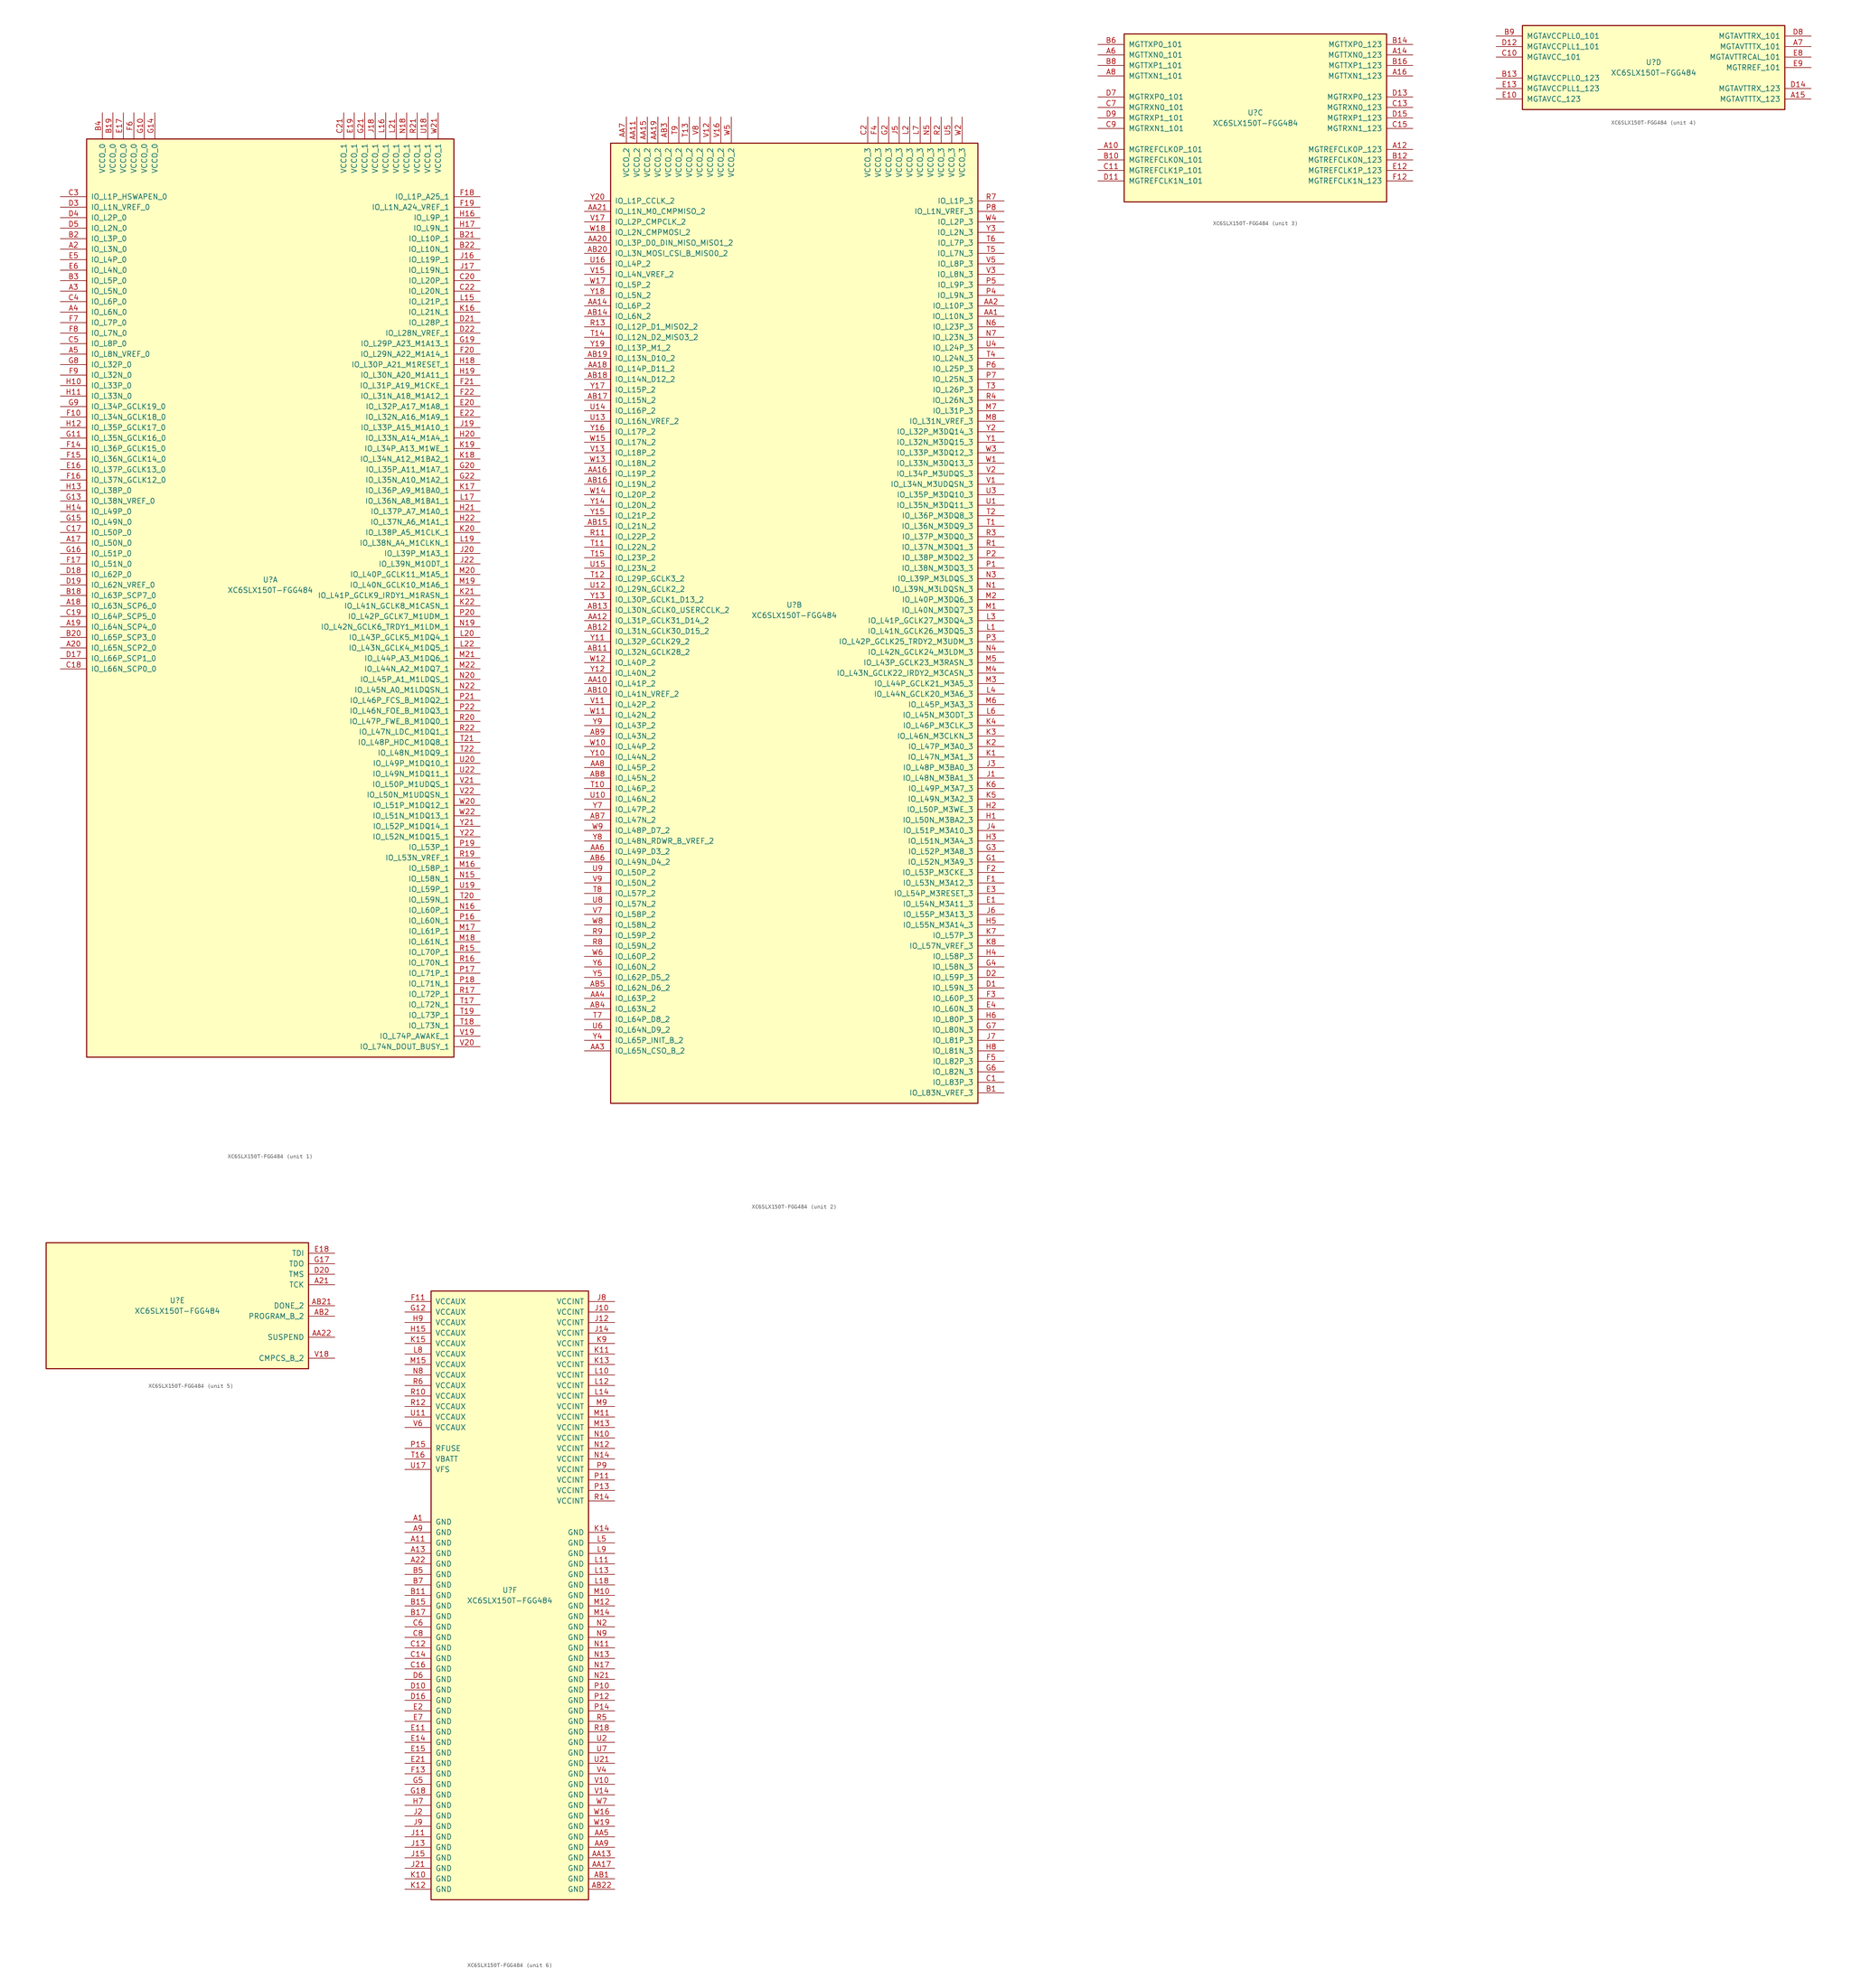
<source format=kicad_sym>
(kicad_symbol_lib
  (version 20201005)
  (generator kicad_symbol_editor)
  (symbol "XC6SLX150T-FGG484"
    (pin_names
      (offset 1.016))
    (property "Reference" "U"
      (at 0 1.27 0)
      (effects (font (size 1.27 1.27))))
    (property "Value" "XC6SLX150T-FGG484"
      (at 0 -1.27 0)
      (effects (font (size 1.27 1.27))))
    (property "Datasheet" ""
      (at 0 0 0)
      (effects (font (size 1.27 1.27))))
    (property "ki_locked" ""
      (at 0 0 0)
      (effects (font (size 1.27 1.27))))
    (symbol "XC6SLX150T-FGG484_1_1"
      (rectangle (start -44.45 107.95) (end 44.45 -114.3) (stroke (width 0.254)) (fill (type background)))
      (pin power_in line (at -40.64 114.3 270) (length 6.35) (name "VCCO_0" (effects (font (size 1.27 1.27)))) (number "B4" (effects (font (size 1.27 1.27)))))
      (pin power_in line (at -38.1 114.3 270) (length 6.35) (name "VCCO_0" (effects (font (size 1.27 1.27)))) (number "B19" (effects (font (size 1.27 1.27)))))
      (pin power_in line (at -35.56 114.3 270) (length 6.35) (name "VCCO_0" (effects (font (size 1.27 1.27)))) (number "E17" (effects (font (size 1.27 1.27)))))
      (pin power_in line (at -33.02 114.3 270) (length 6.35) (name "VCCO_0" (effects (font (size 1.27 1.27)))) (number "F6" (effects (font (size 1.27 1.27)))))
      (pin power_in line (at -30.48 114.3 270) (length 6.35) (name "VCCO_0" (effects (font (size 1.27 1.27)))) (number "G10" (effects (font (size 1.27 1.27)))))
      (pin power_in line (at -27.94 114.3 270) (length 6.35) (name "VCCO_0" (effects (font (size 1.27 1.27)))) (number "G14" (effects (font (size 1.27 1.27)))))
      (pin bidirectional line (at -50.8 93.98 0) (length 6.35) (name "IO_L1P_HSWAPEN_0" (effects (font (size 1.27 1.27)))) (number "C3" (effects (font (size 1.27 1.27)))))
      (pin bidirectional line (at -50.8 91.44 0) (length 6.35) (name "IO_L1N_VREF_0" (effects (font (size 1.27 1.27)))) (number "D3" (effects (font (size 1.27 1.27)))))
      (pin bidirectional line (at -50.8 88.9 0) (length 6.35) (name "IO_L2P_0" (effects (font (size 1.27 1.27)))) (number "D4" (effects (font (size 1.27 1.27)))))
      (pin bidirectional line (at -50.8 86.36 0) (length 6.35) (name "IO_L2N_0" (effects (font (size 1.27 1.27)))) (number "D5" (effects (font (size 1.27 1.27)))))
      (pin bidirectional line (at -50.8 83.82 0) (length 6.35) (name "IO_L3P_0" (effects (font (size 1.27 1.27)))) (number "B2" (effects (font (size 1.27 1.27)))))
      (pin bidirectional line (at -50.8 81.28 0) (length 6.35) (name "IO_L3N_0" (effects (font (size 1.27 1.27)))) (number "A2" (effects (font (size 1.27 1.27)))))
      (pin bidirectional line (at -50.8 78.74 0) (length 6.35) (name "IO_L4P_0" (effects (font (size 1.27 1.27)))) (number "E5" (effects (font (size 1.27 1.27)))))
      (pin bidirectional line (at -50.8 76.2 0) (length 6.35) (name "IO_L4N_0" (effects (font (size 1.27 1.27)))) (number "E6" (effects (font (size 1.27 1.27)))))
      (pin bidirectional line (at -50.8 73.66 0) (length 6.35) (name "IO_L5P_0" (effects (font (size 1.27 1.27)))) (number "B3" (effects (font (size 1.27 1.27)))))
      (pin bidirectional line (at -50.8 71.12 0) (length 6.35) (name "IO_L5N_0" (effects (font (size 1.27 1.27)))) (number "A3" (effects (font (size 1.27 1.27)))))
      (pin bidirectional line (at -50.8 68.58 0) (length 6.35) (name "IO_L6P_0" (effects (font (size 1.27 1.27)))) (number "C4" (effects (font (size 1.27 1.27)))))
      (pin bidirectional line (at -50.8 66.04 0) (length 6.35) (name "IO_L6N_0" (effects (font (size 1.27 1.27)))) (number "A4" (effects (font (size 1.27 1.27)))))
      (pin bidirectional line (at -50.8 63.5 0) (length 6.35) (name "IO_L7P_0" (effects (font (size 1.27 1.27)))) (number "F7" (effects (font (size 1.27 1.27)))))
      (pin bidirectional line (at -50.8 60.96 0) (length 6.35) (name "IO_L7N_0" (effects (font (size 1.27 1.27)))) (number "F8" (effects (font (size 1.27 1.27)))))
      (pin bidirectional line (at -50.8 58.42 0) (length 6.35) (name "IO_L8P_0" (effects (font (size 1.27 1.27)))) (number "C5" (effects (font (size 1.27 1.27)))))
      (pin bidirectional line (at -50.8 55.88 0) (length 6.35) (name "IO_L8N_VREF_0" (effects (font (size 1.27 1.27)))) (number "A5" (effects (font (size 1.27 1.27)))))
      (pin bidirectional line (at -50.8 53.34 0) (length 6.35) (name "IO_L32P_0" (effects (font (size 1.27 1.27)))) (number "G8" (effects (font (size 1.27 1.27)))))
      (pin bidirectional line (at -50.8 50.8 0) (length 6.35) (name "IO_L32N_0" (effects (font (size 1.27 1.27)))) (number "F9" (effects (font (size 1.27 1.27)))))
      (pin bidirectional line (at -50.8 48.26 0) (length 6.35) (name "IO_L33P_0" (effects (font (size 1.27 1.27)))) (number "H10" (effects (font (size 1.27 1.27)))))
      (pin bidirectional line (at -50.8 45.72 0) (length 6.35) (name "IO_L33N_0" (effects (font (size 1.27 1.27)))) (number "H11" (effects (font (size 1.27 1.27)))))
      (pin bidirectional line (at -50.8 43.18 0) (length 6.35) (name "IO_L34P_GCLK19_0" (effects (font (size 1.27 1.27)))) (number "G9" (effects (font (size 1.27 1.27)))))
      (pin bidirectional line (at -50.8 40.64 0) (length 6.35) (name "IO_L34N_GCLK18_0" (effects (font (size 1.27 1.27)))) (number "F10" (effects (font (size 1.27 1.27)))))
      (pin bidirectional line (at -50.8 38.1 0) (length 6.35) (name "IO_L35P_GCLK17_0" (effects (font (size 1.27 1.27)))) (number "H12" (effects (font (size 1.27 1.27)))))
      (pin bidirectional line (at -50.8 35.56 0) (length 6.35) (name "IO_L35N_GCLK16_0" (effects (font (size 1.27 1.27)))) (number "G11" (effects (font (size 1.27 1.27)))))
      (pin bidirectional line (at -50.8 33.02 0) (length 6.35) (name "IO_L36P_GCLK15_0" (effects (font (size 1.27 1.27)))) (number "F14" (effects (font (size 1.27 1.27)))))
      (pin bidirectional line (at -50.8 30.48 0) (length 6.35) (name "IO_L36N_GCLK14_0" (effects (font (size 1.27 1.27)))) (number "F15" (effects (font (size 1.27 1.27)))))
      (pin bidirectional line (at -50.8 27.94 0) (length 6.35) (name "IO_L37P_GCLK13_0" (effects (font (size 1.27 1.27)))) (number "E16" (effects (font (size 1.27 1.27)))))
      (pin bidirectional line (at -50.8 25.4 0) (length 6.35) (name "IO_L37N_GCLK12_0" (effects (font (size 1.27 1.27)))) (number "F16" (effects (font (size 1.27 1.27)))))
      (pin bidirectional line (at -50.8 22.86 0) (length 6.35) (name "IO_L38P_0" (effects (font (size 1.27 1.27)))) (number "H13" (effects (font (size 1.27 1.27)))))
      (pin bidirectional line (at -50.8 20.32 0) (length 6.35) (name "IO_L38N_VREF_0" (effects (font (size 1.27 1.27)))) (number "G13" (effects (font (size 1.27 1.27)))))
      (pin bidirectional line (at -50.8 17.78 0) (length 6.35) (name "IO_L49P_0" (effects (font (size 1.27 1.27)))) (number "H14" (effects (font (size 1.27 1.27)))))
      (pin bidirectional line (at -50.8 15.24 0) (length 6.35) (name "IO_L49N_0" (effects (font (size 1.27 1.27)))) (number "G15" (effects (font (size 1.27 1.27)))))
      (pin bidirectional line (at -50.8 12.7 0) (length 6.35) (name "IO_L50P_0" (effects (font (size 1.27 1.27)))) (number "C17" (effects (font (size 1.27 1.27)))))
      (pin bidirectional line (at -50.8 10.16 0) (length 6.35) (name "IO_L50N_0" (effects (font (size 1.27 1.27)))) (number "A17" (effects (font (size 1.27 1.27)))))
      (pin bidirectional line (at -50.8 7.62 0) (length 6.35) (name "IO_L51P_0" (effects (font (size 1.27 1.27)))) (number "G16" (effects (font (size 1.27 1.27)))))
      (pin bidirectional line (at -50.8 5.08 0) (length 6.35) (name "IO_L51N_0" (effects (font (size 1.27 1.27)))) (number "F17" (effects (font (size 1.27 1.27)))))
      (pin bidirectional line (at -50.8 2.54 0) (length 6.35) (name "IO_L62P_0" (effects (font (size 1.27 1.27)))) (number "D18" (effects (font (size 1.27 1.27)))))
      (pin bidirectional line (at -50.8 0 0) (length 6.35) (name "IO_L62N_VREF_0" (effects (font (size 1.27 1.27)))) (number "D19" (effects (font (size 1.27 1.27)))))
      (pin bidirectional line (at -50.8 -2.54 0) (length 6.35) (name "IO_L63P_SCP7_0" (effects (font (size 1.27 1.27)))) (number "B18" (effects (font (size 1.27 1.27)))))
      (pin bidirectional line (at -50.8 -5.08 0) (length 6.35) (name "IO_L63N_SCP6_0" (effects (font (size 1.27 1.27)))) (number "A18" (effects (font (size 1.27 1.27)))))
      (pin bidirectional line (at -50.8 -7.62 0) (length 6.35) (name "IO_L64P_SCP5_0" (effects (font (size 1.27 1.27)))) (number "C19" (effects (font (size 1.27 1.27)))))
      (pin bidirectional line (at -50.8 -10.16 0) (length 6.35) (name "IO_L64N_SCP4_0" (effects (font (size 1.27 1.27)))) (number "A19" (effects (font (size 1.27 1.27)))))
      (pin bidirectional line (at -50.8 -12.7 0) (length 6.35) (name "IO_L65P_SCP3_0" (effects (font (size 1.27 1.27)))) (number "B20" (effects (font (size 1.27 1.27)))))
      (pin bidirectional line (at -50.8 -15.24 0) (length 6.35) (name "IO_L65N_SCP2_0" (effects (font (size 1.27 1.27)))) (number "A20" (effects (font (size 1.27 1.27)))))
      (pin bidirectional line (at -50.8 -17.78 0) (length 6.35) (name "IO_L66P_SCP1_0" (effects (font (size 1.27 1.27)))) (number "D17" (effects (font (size 1.27 1.27)))))
      (pin bidirectional line (at -50.8 -20.32 0) (length 6.35) (name "IO_L66N_SCP0_0" (effects (font (size 1.27 1.27)))) (number "C18" (effects (font (size 1.27 1.27)))))
      (pin power_in line (at 17.78 114.3 270) (length 6.35) (name "VCCO_1" (effects (font (size 1.27 1.27)))) (number "C21" (effects (font (size 1.27 1.27)))))
      (pin power_in line (at 20.32 114.3 270) (length 6.35) (name "VCCO_1" (effects (font (size 1.27 1.27)))) (number "E19" (effects (font (size 1.27 1.27)))))
      (pin power_in line (at 22.86 114.3 270) (length 6.35) (name "VCCO_1" (effects (font (size 1.27 1.27)))) (number "G21" (effects (font (size 1.27 1.27)))))
      (pin power_in line (at 25.4 114.3 270) (length 6.35) (name "VCCO_1" (effects (font (size 1.27 1.27)))) (number "J18" (effects (font (size 1.27 1.27)))))
      (pin power_in line (at 27.94 114.3 270) (length 6.35) (name "VCCO_1" (effects (font (size 1.27 1.27)))) (number "L16" (effects (font (size 1.27 1.27)))))
      (pin power_in line (at 30.48 114.3 270) (length 6.35) (name "VCCO_1" (effects (font (size 1.27 1.27)))) (number "L21" (effects (font (size 1.27 1.27)))))
      (pin power_in line (at 33.02 114.3 270) (length 6.35) (name "VCCO_1" (effects (font (size 1.27 1.27)))) (number "N18" (effects (font (size 1.27 1.27)))))
      (pin power_in line (at 35.56 114.3 270) (length 6.35) (name "VCCO_1" (effects (font (size 1.27 1.27)))) (number "R21" (effects (font (size 1.27 1.27)))))
      (pin power_in line (at 38.1 114.3 270) (length 6.35) (name "VCCO_1" (effects (font (size 1.27 1.27)))) (number "U18" (effects (font (size 1.27 1.27)))))
      (pin power_in line (at 40.64 114.3 270) (length 6.35) (name "VCCO_1" (effects (font (size 1.27 1.27)))) (number "W21" (effects (font (size 1.27 1.27)))))
      (pin bidirectional line (at 50.8 93.98 180) (length 6.35) (name "IO_L1P_A25_1" (effects (font (size 1.27 1.27)))) (number "F18" (effects (font (size 1.27 1.27)))))
      (pin bidirectional line (at 50.8 91.44 180) (length 6.35) (name "IO_L1N_A24_VREF_1" (effects (font (size 1.27 1.27)))) (number "F19" (effects (font (size 1.27 1.27)))))
      (pin bidirectional line (at 50.8 88.9 180) (length 6.35) (name "IO_L9P_1" (effects (font (size 1.27 1.27)))) (number "H16" (effects (font (size 1.27 1.27)))))
      (pin bidirectional line (at 50.8 86.36 180) (length 6.35) (name "IO_L9N_1" (effects (font (size 1.27 1.27)))) (number "H17" (effects (font (size 1.27 1.27)))))
      (pin bidirectional line (at 50.8 83.82 180) (length 6.35) (name "IO_L10P_1" (effects (font (size 1.27 1.27)))) (number "B21" (effects (font (size 1.27 1.27)))))
      (pin bidirectional line (at 50.8 81.28 180) (length 6.35) (name "IO_L10N_1" (effects (font (size 1.27 1.27)))) (number "B22" (effects (font (size 1.27 1.27)))))
      (pin bidirectional line (at 50.8 78.74 180) (length 6.35) (name "IO_L19P_1" (effects (font (size 1.27 1.27)))) (number "J16" (effects (font (size 1.27 1.27)))))
      (pin bidirectional line (at 50.8 76.2 180) (length 6.35) (name "IO_L19N_1" (effects (font (size 1.27 1.27)))) (number "J17" (effects (font (size 1.27 1.27)))))
      (pin bidirectional line (at 50.8 73.66 180) (length 6.35) (name "IO_L20P_1" (effects (font (size 1.27 1.27)))) (number "C20" (effects (font (size 1.27 1.27)))))
      (pin bidirectional line (at 50.8 71.12 180) (length 6.35) (name "IO_L20N_1" (effects (font (size 1.27 1.27)))) (number "C22" (effects (font (size 1.27 1.27)))))
      (pin bidirectional line (at 50.8 68.58 180) (length 6.35) (name "IO_L21P_1" (effects (font (size 1.27 1.27)))) (number "L15" (effects (font (size 1.27 1.27)))))
      (pin bidirectional line (at 50.8 66.04 180) (length 6.35) (name "IO_L21N_1" (effects (font (size 1.27 1.27)))) (number "K16" (effects (font (size 1.27 1.27)))))
      (pin bidirectional line (at 50.8 63.5 180) (length 6.35) (name "IO_L28P_1" (effects (font (size 1.27 1.27)))) (number "D21" (effects (font (size 1.27 1.27)))))
      (pin bidirectional line (at 50.8 60.96 180) (length 6.35) (name "IO_L28N_VREF_1" (effects (font (size 1.27 1.27)))) (number "D22" (effects (font (size 1.27 1.27)))))
      (pin bidirectional line (at 50.8 58.42 180) (length 6.35) (name "IO_L29P_A23_M1A13_1" (effects (font (size 1.27 1.27)))) (number "G19" (effects (font (size 1.27 1.27)))))
      (pin bidirectional line (at 50.8 55.88 180) (length 6.35) (name "IO_L29N_A22_M1A14_1" (effects (font (size 1.27 1.27)))) (number "F20" (effects (font (size 1.27 1.27)))))
      (pin bidirectional line (at 50.8 53.34 180) (length 6.35) (name "IO_L30P_A21_M1RESET_1" (effects (font (size 1.27 1.27)))) (number "H18" (effects (font (size 1.27 1.27)))))
      (pin bidirectional line (at 50.8 50.8 180) (length 6.35) (name "IO_L30N_A20_M1A11_1" (effects (font (size 1.27 1.27)))) (number "H19" (effects (font (size 1.27 1.27)))))
      (pin bidirectional line (at 50.8 48.26 180) (length 6.35) (name "IO_L31P_A19_M1CKE_1" (effects (font (size 1.27 1.27)))) (number "F21" (effects (font (size 1.27 1.27)))))
      (pin bidirectional line (at 50.8 45.72 180) (length 6.35) (name "IO_L31N_A18_M1A12_1" (effects (font (size 1.27 1.27)))) (number "F22" (effects (font (size 1.27 1.27)))))
      (pin bidirectional line (at 50.8 43.18 180) (length 6.35) (name "IO_L32P_A17_M1A8_1" (effects (font (size 1.27 1.27)))) (number "E20" (effects (font (size 1.27 1.27)))))
      (pin bidirectional line (at 50.8 40.64 180) (length 6.35) (name "IO_L32N_A16_M1A9_1" (effects (font (size 1.27 1.27)))) (number "E22" (effects (font (size 1.27 1.27)))))
      (pin bidirectional line (at 50.8 38.1 180) (length 6.35) (name "IO_L33P_A15_M1A10_1" (effects (font (size 1.27 1.27)))) (number "J19" (effects (font (size 1.27 1.27)))))
      (pin bidirectional line (at 50.8 35.56 180) (length 6.35) (name "IO_L33N_A14_M1A4_1" (effects (font (size 1.27 1.27)))) (number "H20" (effects (font (size 1.27 1.27)))))
      (pin bidirectional line (at 50.8 33.02 180) (length 6.35) (name "IO_L34P_A13_M1WE_1" (effects (font (size 1.27 1.27)))) (number "K19" (effects (font (size 1.27 1.27)))))
      (pin bidirectional line (at 50.8 30.48 180) (length 6.35) (name "IO_L34N_A12_M1BA2_1" (effects (font (size 1.27 1.27)))) (number "K18" (effects (font (size 1.27 1.27)))))
      (pin bidirectional line (at 50.8 27.94 180) (length 6.35) (name "IO_L35P_A11_M1A7_1" (effects (font (size 1.27 1.27)))) (number "G20" (effects (font (size 1.27 1.27)))))
      (pin bidirectional line (at 50.8 25.4 180) (length 6.35) (name "IO_L35N_A10_M1A2_1" (effects (font (size 1.27 1.27)))) (number "G22" (effects (font (size 1.27 1.27)))))
      (pin bidirectional line (at 50.8 22.86 180) (length 6.35) (name "IO_L36P_A9_M1BA0_1" (effects (font (size 1.27 1.27)))) (number "K17" (effects (font (size 1.27 1.27)))))
      (pin bidirectional line (at 50.8 20.32 180) (length 6.35) (name "IO_L36N_A8_M1BA1_1" (effects (font (size 1.27 1.27)))) (number "L17" (effects (font (size 1.27 1.27)))))
      (pin bidirectional line (at 50.8 17.78 180) (length 6.35) (name "IO_L37P_A7_M1A0_1" (effects (font (size 1.27 1.27)))) (number "H21" (effects (font (size 1.27 1.27)))))
      (pin bidirectional line (at 50.8 15.24 180) (length 6.35) (name "IO_L37N_A6_M1A1_1" (effects (font (size 1.27 1.27)))) (number "H22" (effects (font (size 1.27 1.27)))))
      (pin bidirectional line (at 50.8 12.7 180) (length 6.35) (name "IO_L38P_A5_M1CLK_1" (effects (font (size 1.27 1.27)))) (number "K20" (effects (font (size 1.27 1.27)))))
      (pin bidirectional line (at 50.8 10.16 180) (length 6.35) (name "IO_L38N_A4_M1CLKN_1" (effects (font (size 1.27 1.27)))) (number "L19" (effects (font (size 1.27 1.27)))))
      (pin bidirectional line (at 50.8 7.62 180) (length 6.35) (name "IO_L39P_M1A3_1" (effects (font (size 1.27 1.27)))) (number "J20" (effects (font (size 1.27 1.27)))))
      (pin bidirectional line (at 50.8 5.08 180) (length 6.35) (name "IO_L39N_M1ODT_1" (effects (font (size 1.27 1.27)))) (number "J22" (effects (font (size 1.27 1.27)))))
      (pin bidirectional line (at 50.8 2.54 180) (length 6.35) (name "IO_L40P_GCLK11_M1A5_1" (effects (font (size 1.27 1.27)))) (number "M20" (effects (font (size 1.27 1.27)))))
      (pin bidirectional line (at 50.8 0 180) (length 6.35) (name "IO_L40N_GCLK10_M1A6_1" (effects (font (size 1.27 1.27)))) (number "M19" (effects (font (size 1.27 1.27)))))
      (pin bidirectional line (at 50.8 -2.54 180) (length 6.35) (name "IO_L41P_GCLK9_IRDY1_M1RASN_1" (effects (font (size 1.27 1.27)))) (number "K21" (effects (font (size 1.27 1.27)))))
      (pin bidirectional line (at 50.8 -5.08 180) (length 6.35) (name "IO_L41N_GCLK8_M1CASN_1" (effects (font (size 1.27 1.27)))) (number "K22" (effects (font (size 1.27 1.27)))))
      (pin bidirectional line (at 50.8 -7.62 180) (length 6.35) (name "IO_L42P_GCLK7_M1UDM_1" (effects (font (size 1.27 1.27)))) (number "P20" (effects (font (size 1.27 1.27)))))
      (pin bidirectional line (at 50.8 -10.16 180) (length 6.35) (name "IO_L42N_GCLK6_TRDY1_M1LDM_1" (effects (font (size 1.27 1.27)))) (number "N19" (effects (font (size 1.27 1.27)))))
      (pin bidirectional line (at 50.8 -12.7 180) (length 6.35) (name "IO_L43P_GCLK5_M1DQ4_1" (effects (font (size 1.27 1.27)))) (number "L20" (effects (font (size 1.27 1.27)))))
      (pin bidirectional line (at 50.8 -15.24 180) (length 6.35) (name "IO_L43N_GCLK4_M1DQ5_1" (effects (font (size 1.27 1.27)))) (number "L22" (effects (font (size 1.27 1.27)))))
      (pin bidirectional line (at 50.8 -17.78 180) (length 6.35) (name "IO_L44P_A3_M1DQ6_1" (effects (font (size 1.27 1.27)))) (number "M21" (effects (font (size 1.27 1.27)))))
      (pin bidirectional line (at 50.8 -20.32 180) (length 6.35) (name "IO_L44N_A2_M1DQ7_1" (effects (font (size 1.27 1.27)))) (number "M22" (effects (font (size 1.27 1.27)))))
      (pin bidirectional line (at 50.8 -22.86 180) (length 6.35) (name "IO_L45P_A1_M1LDQS_1" (effects (font (size 1.27 1.27)))) (number "N20" (effects (font (size 1.27 1.27)))))
      (pin bidirectional line (at 50.8 -25.4 180) (length 6.35) (name "IO_L45N_A0_M1LDQSN_1" (effects (font (size 1.27 1.27)))) (number "N22" (effects (font (size 1.27 1.27)))))
      (pin bidirectional line (at 50.8 -27.94 180) (length 6.35) (name "IO_L46P_FCS_B_M1DQ2_1" (effects (font (size 1.27 1.27)))) (number "P21" (effects (font (size 1.27 1.27)))))
      (pin bidirectional line (at 50.8 -30.48 180) (length 6.35) (name "IO_L46N_FOE_B_M1DQ3_1" (effects (font (size 1.27 1.27)))) (number "P22" (effects (font (size 1.27 1.27)))))
      (pin bidirectional line (at 50.8 -33.02 180) (length 6.35) (name "IO_L47P_FWE_B_M1DQ0_1" (effects (font (size 1.27 1.27)))) (number "R20" (effects (font (size 1.27 1.27)))))
      (pin bidirectional line (at 50.8 -35.56 180) (length 6.35) (name "IO_L47N_LDC_M1DQ1_1" (effects (font (size 1.27 1.27)))) (number "R22" (effects (font (size 1.27 1.27)))))
      (pin bidirectional line (at 50.8 -38.1 180) (length 6.35) (name "IO_L48P_HDC_M1DQ8_1" (effects (font (size 1.27 1.27)))) (number "T21" (effects (font (size 1.27 1.27)))))
      (pin bidirectional line (at 50.8 -40.64 180) (length 6.35) (name "IO_L48N_M1DQ9_1" (effects (font (size 1.27 1.27)))) (number "T22" (effects (font (size 1.27 1.27)))))
      (pin bidirectional line (at 50.8 -43.18 180) (length 6.35) (name "IO_L49P_M1DQ10_1" (effects (font (size 1.27 1.27)))) (number "U20" (effects (font (size 1.27 1.27)))))
      (pin bidirectional line (at 50.8 -45.72 180) (length 6.35) (name "IO_L49N_M1DQ11_1" (effects (font (size 1.27 1.27)))) (number "U22" (effects (font (size 1.27 1.27)))))
      (pin bidirectional line (at 50.8 -48.26 180) (length 6.35) (name "IO_L50P_M1UDQS_1" (effects (font (size 1.27 1.27)))) (number "V21" (effects (font (size 1.27 1.27)))))
      (pin bidirectional line (at 50.8 -50.8 180) (length 6.35) (name "IO_L50N_M1UDQSN_1" (effects (font (size 1.27 1.27)))) (number "V22" (effects (font (size 1.27 1.27)))))
      (pin bidirectional line (at 50.8 -53.34 180) (length 6.35) (name "IO_L51P_M1DQ12_1" (effects (font (size 1.27 1.27)))) (number "W20" (effects (font (size 1.27 1.27)))))
      (pin bidirectional line (at 50.8 -55.88 180) (length 6.35) (name "IO_L51N_M1DQ13_1" (effects (font (size 1.27 1.27)))) (number "W22" (effects (font (size 1.27 1.27)))))
      (pin bidirectional line (at 50.8 -58.42 180) (length 6.35) (name "IO_L52P_M1DQ14_1" (effects (font (size 1.27 1.27)))) (number "Y21" (effects (font (size 1.27 1.27)))))
      (pin bidirectional line (at 50.8 -60.96 180) (length 6.35) (name "IO_L52N_M1DQ15_1" (effects (font (size 1.27 1.27)))) (number "Y22" (effects (font (size 1.27 1.27)))))
      (pin bidirectional line (at 50.8 -63.5 180) (length 6.35) (name "IO_L53P_1" (effects (font (size 1.27 1.27)))) (number "P19" (effects (font (size 1.27 1.27)))))
      (pin bidirectional line (at 50.8 -66.04 180) (length 6.35) (name "IO_L53N_VREF_1" (effects (font (size 1.27 1.27)))) (number "R19" (effects (font (size 1.27 1.27)))))
      (pin bidirectional line (at 50.8 -68.58 180) (length 6.35) (name "IO_L58P_1" (effects (font (size 1.27 1.27)))) (number "M16" (effects (font (size 1.27 1.27)))))
      (pin bidirectional line (at 50.8 -71.12 180) (length 6.35) (name "IO_L58N_1" (effects (font (size 1.27 1.27)))) (number "N15" (effects (font (size 1.27 1.27)))))
      (pin bidirectional line (at 50.8 -73.66 180) (length 6.35) (name "IO_L59P_1" (effects (font (size 1.27 1.27)))) (number "U19" (effects (font (size 1.27 1.27)))))
      (pin bidirectional line (at 50.8 -76.2 180) (length 6.35) (name "IO_L59N_1" (effects (font (size 1.27 1.27)))) (number "T20" (effects (font (size 1.27 1.27)))))
      (pin bidirectional line (at 50.8 -78.74 180) (length 6.35) (name "IO_L60P_1" (effects (font (size 1.27 1.27)))) (number "N16" (effects (font (size 1.27 1.27)))))
      (pin bidirectional line (at 50.8 -81.28 180) (length 6.35) (name "IO_L60N_1" (effects (font (size 1.27 1.27)))) (number "P16" (effects (font (size 1.27 1.27)))))
      (pin bidirectional line (at 50.8 -83.82 180) (length 6.35) (name "IO_L61P_1" (effects (font (size 1.27 1.27)))) (number "M17" (effects (font (size 1.27 1.27)))))
      (pin bidirectional line (at 50.8 -86.36 180) (length 6.35) (name "IO_L61N_1" (effects (font (size 1.27 1.27)))) (number "M18" (effects (font (size 1.27 1.27)))))
      (pin bidirectional line (at 50.8 -88.9 180) (length 6.35) (name "IO_L70P_1" (effects (font (size 1.27 1.27)))) (number "R15" (effects (font (size 1.27 1.27)))))
      (pin bidirectional line (at 50.8 -91.44 180) (length 6.35) (name "IO_L70N_1" (effects (font (size 1.27 1.27)))) (number "R16" (effects (font (size 1.27 1.27)))))
      (pin bidirectional line (at 50.8 -93.98 180) (length 6.35) (name "IO_L71P_1" (effects (font (size 1.27 1.27)))) (number "P17" (effects (font (size 1.27 1.27)))))
      (pin bidirectional line (at 50.8 -96.52 180) (length 6.35) (name "IO_L71N_1" (effects (font (size 1.27 1.27)))) (number "P18" (effects (font (size 1.27 1.27)))))
      (pin bidirectional line (at 50.8 -99.06 180) (length 6.35) (name "IO_L72P_1" (effects (font (size 1.27 1.27)))) (number "R17" (effects (font (size 1.27 1.27)))))
      (pin bidirectional line (at 50.8 -101.6 180) (length 6.35) (name "IO_L72N_1" (effects (font (size 1.27 1.27)))) (number "T17" (effects (font (size 1.27 1.27)))))
      (pin bidirectional line (at 50.8 -104.14 180) (length 6.35) (name "IO_L73P_1" (effects (font (size 1.27 1.27)))) (number "T19" (effects (font (size 1.27 1.27)))))
      (pin bidirectional line (at 50.8 -106.68 180) (length 6.35) (name "IO_L73N_1" (effects (font (size 1.27 1.27)))) (number "T18" (effects (font (size 1.27 1.27)))))
      (pin bidirectional line (at 50.8 -109.22 180) (length 6.35) (name "IO_L74P_AWAKE_1" (effects (font (size 1.27 1.27)))) (number "V19" (effects (font (size 1.27 1.27)))))
      (pin bidirectional line (at 50.8 -111.76 180) (length 6.35) (name "IO_L74N_DOUT_BUSY_1" (effects (font (size 1.27 1.27)))) (number "V20" (effects (font (size 1.27 1.27))))))
    (symbol "XC6SLX150T-FGG484_2_1"
      (rectangle (start -44.45 113.03) (end 44.45 -119.38) (stroke (width 0.254)) (fill (type background)))
      (pin power_in line (at -40.64 119.38 270) (length 6.35) (name "VCCO_2" (effects (font (size 1.27 1.27)))) (number "AA7" (effects (font (size 1.27 1.27)))))
      (pin power_in line (at -38.1 119.38 270) (length 6.35) (name "VCCO_2" (effects (font (size 1.27 1.27)))) (number "AA11" (effects (font (size 1.27 1.27)))))
      (pin power_in line (at -35.56 119.38 270) (length 6.35) (name "VCCO_2" (effects (font (size 1.27 1.27)))) (number "AA15" (effects (font (size 1.27 1.27)))))
      (pin power_in line (at -33.02 119.38 270) (length 6.35) (name "VCCO_2" (effects (font (size 1.27 1.27)))) (number "AA19" (effects (font (size 1.27 1.27)))))
      (pin power_in line (at -30.48 119.38 270) (length 6.35) (name "VCCO_2" (effects (font (size 1.27 1.27)))) (number "AB3" (effects (font (size 1.27 1.27)))))
      (pin power_in line (at -27.94 119.38 270) (length 6.35) (name "VCCO_2" (effects (font (size 1.27 1.27)))) (number "T9" (effects (font (size 1.27 1.27)))))
      (pin power_in line (at -25.4 119.38 270) (length 6.35) (name "VCCO_2" (effects (font (size 1.27 1.27)))) (number "T13" (effects (font (size 1.27 1.27)))))
      (pin power_in line (at -22.86 119.38 270) (length 6.35) (name "VCCO_2" (effects (font (size 1.27 1.27)))) (number "V8" (effects (font (size 1.27 1.27)))))
      (pin power_in line (at -20.32 119.38 270) (length 6.35) (name "VCCO_2" (effects (font (size 1.27 1.27)))) (number "V12" (effects (font (size 1.27 1.27)))))
      (pin power_in line (at -17.78 119.38 270) (length 6.35) (name "VCCO_2" (effects (font (size 1.27 1.27)))) (number "V16" (effects (font (size 1.27 1.27)))))
      (pin power_in line (at -15.24 119.38 270) (length 6.35) (name "VCCO_2" (effects (font (size 1.27 1.27)))) (number "W5" (effects (font (size 1.27 1.27)))))
      (pin bidirectional line (at -50.8 99.06 0) (length 6.35) (name "IO_L1P_CCLK_2" (effects (font (size 1.27 1.27)))) (number "Y20" (effects (font (size 1.27 1.27)))))
      (pin bidirectional line (at -50.8 96.52 0) (length 6.35) (name "IO_L1N_M0_CMPMISO_2" (effects (font (size 1.27 1.27)))) (number "AA21" (effects (font (size 1.27 1.27)))))
      (pin bidirectional line (at -50.8 93.98 0) (length 6.35) (name "IO_L2P_CMPCLK_2" (effects (font (size 1.27 1.27)))) (number "V17" (effects (font (size 1.27 1.27)))))
      (pin bidirectional line (at -50.8 91.44 0) (length 6.35) (name "IO_L2N_CMPMOSI_2" (effects (font (size 1.27 1.27)))) (number "W18" (effects (font (size 1.27 1.27)))))
      (pin bidirectional line (at -50.8 88.9 0) (length 6.35) (name "IO_L3P_D0_DIN_MISO_MISO1_2" (effects (font (size 1.27 1.27)))) (number "AA20" (effects (font (size 1.27 1.27)))))
      (pin bidirectional line (at -50.8 86.36 0) (length 6.35) (name "IO_L3N_MOSI_CSI_B_MISO0_2" (effects (font (size 1.27 1.27)))) (number "AB20" (effects (font (size 1.27 1.27)))))
      (pin bidirectional line (at -50.8 83.82 0) (length 6.35) (name "IO_L4P_2" (effects (font (size 1.27 1.27)))) (number "U16" (effects (font (size 1.27 1.27)))))
      (pin bidirectional line (at -50.8 81.28 0) (length 6.35) (name "IO_L4N_VREF_2" (effects (font (size 1.27 1.27)))) (number "V15" (effects (font (size 1.27 1.27)))))
      (pin bidirectional line (at -50.8 78.74 0) (length 6.35) (name "IO_L5P_2" (effects (font (size 1.27 1.27)))) (number "W17" (effects (font (size 1.27 1.27)))))
      (pin bidirectional line (at -50.8 76.2 0) (length 6.35) (name "IO_L5N_2" (effects (font (size 1.27 1.27)))) (number "Y18" (effects (font (size 1.27 1.27)))))
      (pin bidirectional line (at -50.8 73.66 0) (length 6.35) (name "IO_L6P_2" (effects (font (size 1.27 1.27)))) (number "AA14" (effects (font (size 1.27 1.27)))))
      (pin bidirectional line (at -50.8 71.12 0) (length 6.35) (name "IO_L6N_2" (effects (font (size 1.27 1.27)))) (number "AB14" (effects (font (size 1.27 1.27)))))
      (pin bidirectional line (at -50.8 68.58 0) (length 6.35) (name "IO_L12P_D1_MISO2_2" (effects (font (size 1.27 1.27)))) (number "R13" (effects (font (size 1.27 1.27)))))
      (pin bidirectional line (at -50.8 66.04 0) (length 6.35) (name "IO_L12N_D2_MISO3_2" (effects (font (size 1.27 1.27)))) (number "T14" (effects (font (size 1.27 1.27)))))
      (pin bidirectional line (at -50.8 63.5 0) (length 6.35) (name "IO_L13P_M1_2" (effects (font (size 1.27 1.27)))) (number "Y19" (effects (font (size 1.27 1.27)))))
      (pin bidirectional line (at -50.8 60.96 0) (length 6.35) (name "IO_L13N_D10_2" (effects (font (size 1.27 1.27)))) (number "AB19" (effects (font (size 1.27 1.27)))))
      (pin bidirectional line (at -50.8 58.42 0) (length 6.35) (name "IO_L14P_D11_2" (effects (font (size 1.27 1.27)))) (number "AA18" (effects (font (size 1.27 1.27)))))
      (pin bidirectional line (at -50.8 55.88 0) (length 6.35) (name "IO_L14N_D12_2" (effects (font (size 1.27 1.27)))) (number "AB18" (effects (font (size 1.27 1.27)))))
      (pin bidirectional line (at -50.8 53.34 0) (length 6.35) (name "IO_L15P_2" (effects (font (size 1.27 1.27)))) (number "Y17" (effects (font (size 1.27 1.27)))))
      (pin bidirectional line (at -50.8 50.8 0) (length 6.35) (name "IO_L15N_2" (effects (font (size 1.27 1.27)))) (number "AB17" (effects (font (size 1.27 1.27)))))
      (pin bidirectional line (at -50.8 48.26 0) (length 6.35) (name "IO_L16P_2" (effects (font (size 1.27 1.27)))) (number "U14" (effects (font (size 1.27 1.27)))))
      (pin bidirectional line (at -50.8 45.72 0) (length 6.35) (name "IO_L16N_VREF_2" (effects (font (size 1.27 1.27)))) (number "U13" (effects (font (size 1.27 1.27)))))
      (pin bidirectional line (at -50.8 43.18 0) (length 6.35) (name "IO_L17P_2" (effects (font (size 1.27 1.27)))) (number "Y16" (effects (font (size 1.27 1.27)))))
      (pin bidirectional line (at -50.8 40.64 0) (length 6.35) (name "IO_L17N_2" (effects (font (size 1.27 1.27)))) (number "W15" (effects (font (size 1.27 1.27)))))
      (pin bidirectional line (at -50.8 38.1 0) (length 6.35) (name "IO_L18P_2" (effects (font (size 1.27 1.27)))) (number "V13" (effects (font (size 1.27 1.27)))))
      (pin bidirectional line (at -50.8 35.56 0) (length 6.35) (name "IO_L18N_2" (effects (font (size 1.27 1.27)))) (number "W13" (effects (font (size 1.27 1.27)))))
      (pin bidirectional line (at -50.8 33.02 0) (length 6.35) (name "IO_L19P_2" (effects (font (size 1.27 1.27)))) (number "AA16" (effects (font (size 1.27 1.27)))))
      (pin bidirectional line (at -50.8 30.48 0) (length 6.35) (name "IO_L19N_2" (effects (font (size 1.27 1.27)))) (number "AB16" (effects (font (size 1.27 1.27)))))
      (pin bidirectional line (at -50.8 27.94 0) (length 6.35) (name "IO_L20P_2" (effects (font (size 1.27 1.27)))) (number "W14" (effects (font (size 1.27 1.27)))))
      (pin bidirectional line (at -50.8 25.4 0) (length 6.35) (name "IO_L20N_2" (effects (font (size 1.27 1.27)))) (number "Y14" (effects (font (size 1.27 1.27)))))
      (pin bidirectional line (at -50.8 22.86 0) (length 6.35) (name "IO_L21P_2" (effects (font (size 1.27 1.27)))) (number "Y15" (effects (font (size 1.27 1.27)))))
      (pin bidirectional line (at -50.8 20.32 0) (length 6.35) (name "IO_L21N_2" (effects (font (size 1.27 1.27)))) (number "AB15" (effects (font (size 1.27 1.27)))))
      (pin bidirectional line (at -50.8 17.78 0) (length 6.35) (name "IO_L22P_2" (effects (font (size 1.27 1.27)))) (number "R11" (effects (font (size 1.27 1.27)))))
      (pin bidirectional line (at -50.8 15.24 0) (length 6.35) (name "IO_L22N_2" (effects (font (size 1.27 1.27)))) (number "T11" (effects (font (size 1.27 1.27)))))
      (pin bidirectional line (at -50.8 12.7 0) (length 6.35) (name "IO_L23P_2" (effects (font (size 1.27 1.27)))) (number "T15" (effects (font (size 1.27 1.27)))))
      (pin bidirectional line (at -50.8 10.16 0) (length 6.35) (name "IO_L23N_2" (effects (font (size 1.27 1.27)))) (number "U15" (effects (font (size 1.27 1.27)))))
      (pin bidirectional line (at -50.8 7.62 0) (length 6.35) (name "IO_L29P_GCLK3_2" (effects (font (size 1.27 1.27)))) (number "T12" (effects (font (size 1.27 1.27)))))
      (pin bidirectional line (at -50.8 5.08 0) (length 6.35) (name "IO_L29N_GCLK2_2" (effects (font (size 1.27 1.27)))) (number "U12" (effects (font (size 1.27 1.27)))))
      (pin bidirectional line (at -50.8 2.54 0) (length 6.35) (name "IO_L30P_GCLK1_D13_2" (effects (font (size 1.27 1.27)))) (number "Y13" (effects (font (size 1.27 1.27)))))
      (pin bidirectional line (at -50.8 0 0) (length 6.35) (name "IO_L30N_GCLK0_USERCCLK_2" (effects (font (size 1.27 1.27)))) (number "AB13" (effects (font (size 1.27 1.27)))))
      (pin bidirectional line (at -50.8 -2.54 0) (length 6.35) (name "IO_L31P_GCLK31_D14_2" (effects (font (size 1.27 1.27)))) (number "AA12" (effects (font (size 1.27 1.27)))))
      (pin bidirectional line (at -50.8 -5.08 0) (length 6.35) (name "IO_L31N_GCLK30_D15_2" (effects (font (size 1.27 1.27)))) (number "AB12" (effects (font (size 1.27 1.27)))))
      (pin bidirectional line (at -50.8 -7.62 0) (length 6.35) (name "IO_L32P_GCLK29_2" (effects (font (size 1.27 1.27)))) (number "Y11" (effects (font (size 1.27 1.27)))))
      (pin bidirectional line (at -50.8 -10.16 0) (length 6.35) (name "IO_L32N_GCLK28_2" (effects (font (size 1.27 1.27)))) (number "AB11" (effects (font (size 1.27 1.27)))))
      (pin bidirectional line (at -50.8 -12.7 0) (length 6.35) (name "IO_L40P_2" (effects (font (size 1.27 1.27)))) (number "W12" (effects (font (size 1.27 1.27)))))
      (pin bidirectional line (at -50.8 -15.24 0) (length 6.35) (name "IO_L40N_2" (effects (font (size 1.27 1.27)))) (number "Y12" (effects (font (size 1.27 1.27)))))
      (pin bidirectional line (at -50.8 -17.78 0) (length 6.35) (name "IO_L41P_2" (effects (font (size 1.27 1.27)))) (number "AA10" (effects (font (size 1.27 1.27)))))
      (pin bidirectional line (at -50.8 -20.32 0) (length 6.35) (name "IO_L41N_VREF_2" (effects (font (size 1.27 1.27)))) (number "AB10" (effects (font (size 1.27 1.27)))))
      (pin bidirectional line (at -50.8 -22.86 0) (length 6.35) (name "IO_L42P_2" (effects (font (size 1.27 1.27)))) (number "V11" (effects (font (size 1.27 1.27)))))
      (pin bidirectional line (at -50.8 -25.4 0) (length 6.35) (name "IO_L42N_2" (effects (font (size 1.27 1.27)))) (number "W11" (effects (font (size 1.27 1.27)))))
      (pin bidirectional line (at -50.8 -27.94 0) (length 6.35) (name "IO_L43P_2" (effects (font (size 1.27 1.27)))) (number "Y9" (effects (font (size 1.27 1.27)))))
      (pin bidirectional line (at -50.8 -30.48 0) (length 6.35) (name "IO_L43N_2" (effects (font (size 1.27 1.27)))) (number "AB9" (effects (font (size 1.27 1.27)))))
      (pin bidirectional line (at -50.8 -33.02 0) (length 6.35) (name "IO_L44P_2" (effects (font (size 1.27 1.27)))) (number "W10" (effects (font (size 1.27 1.27)))))
      (pin bidirectional line (at -50.8 -35.56 0) (length 6.35) (name "IO_L44N_2" (effects (font (size 1.27 1.27)))) (number "Y10" (effects (font (size 1.27 1.27)))))
      (pin bidirectional line (at -50.8 -38.1 0) (length 6.35) (name "IO_L45P_2" (effects (font (size 1.27 1.27)))) (number "AA8" (effects (font (size 1.27 1.27)))))
      (pin bidirectional line (at -50.8 -40.64 0) (length 6.35) (name "IO_L45N_2" (effects (font (size 1.27 1.27)))) (number "AB8" (effects (font (size 1.27 1.27)))))
      (pin bidirectional line (at -50.8 -43.18 0) (length 6.35) (name "IO_L46P_2" (effects (font (size 1.27 1.27)))) (number "T10" (effects (font (size 1.27 1.27)))))
      (pin bidirectional line (at -50.8 -45.72 0) (length 6.35) (name "IO_L46N_2" (effects (font (size 1.27 1.27)))) (number "U10" (effects (font (size 1.27 1.27)))))
      (pin bidirectional line (at -50.8 -48.26 0) (length 6.35) (name "IO_L47P_2" (effects (font (size 1.27 1.27)))) (number "Y7" (effects (font (size 1.27 1.27)))))
      (pin bidirectional line (at -50.8 -50.8 0) (length 6.35) (name "IO_L47N_2" (effects (font (size 1.27 1.27)))) (number "AB7" (effects (font (size 1.27 1.27)))))
      (pin bidirectional line (at -50.8 -53.34 0) (length 6.35) (name "IO_L48P_D7_2" (effects (font (size 1.27 1.27)))) (number "W9" (effects (font (size 1.27 1.27)))))
      (pin bidirectional line (at -50.8 -55.88 0) (length 6.35) (name "IO_L48N_RDWR_B_VREF_2" (effects (font (size 1.27 1.27)))) (number "Y8" (effects (font (size 1.27 1.27)))))
      (pin bidirectional line (at -50.8 -58.42 0) (length 6.35) (name "IO_L49P_D3_2" (effects (font (size 1.27 1.27)))) (number "AA6" (effects (font (size 1.27 1.27)))))
      (pin bidirectional line (at -50.8 -60.96 0) (length 6.35) (name "IO_L49N_D4_2" (effects (font (size 1.27 1.27)))) (number "AB6" (effects (font (size 1.27 1.27)))))
      (pin bidirectional line (at -50.8 -63.5 0) (length 6.35) (name "IO_L50P_2" (effects (font (size 1.27 1.27)))) (number "U9" (effects (font (size 1.27 1.27)))))
      (pin bidirectional line (at -50.8 -66.04 0) (length 6.35) (name "IO_L50N_2" (effects (font (size 1.27 1.27)))) (number "V9" (effects (font (size 1.27 1.27)))))
      (pin bidirectional line (at -50.8 -68.58 0) (length 6.35) (name "IO_L57P_2" (effects (font (size 1.27 1.27)))) (number "T8" (effects (font (size 1.27 1.27)))))
      (pin bidirectional line (at -50.8 -71.12 0) (length 6.35) (name "IO_L57N_2" (effects (font (size 1.27 1.27)))) (number "U8" (effects (font (size 1.27 1.27)))))
      (pin bidirectional line (at -50.8 -73.66 0) (length 6.35) (name "IO_L58P_2" (effects (font (size 1.27 1.27)))) (number "V7" (effects (font (size 1.27 1.27)))))
      (pin bidirectional line (at -50.8 -76.2 0) (length 6.35) (name "IO_L58N_2" (effects (font (size 1.27 1.27)))) (number "W8" (effects (font (size 1.27 1.27)))))
      (pin bidirectional line (at -50.8 -78.74 0) (length 6.35) (name "IO_L59P_2" (effects (font (size 1.27 1.27)))) (number "R9" (effects (font (size 1.27 1.27)))))
      (pin bidirectional line (at -50.8 -81.28 0) (length 6.35) (name "IO_L59N_2" (effects (font (size 1.27 1.27)))) (number "R8" (effects (font (size 1.27 1.27)))))
      (pin bidirectional line (at -50.8 -83.82 0) (length 6.35) (name "IO_L60P_2" (effects (font (size 1.27 1.27)))) (number "W6" (effects (font (size 1.27 1.27)))))
      (pin bidirectional line (at -50.8 -86.36 0) (length 6.35) (name "IO_L60N_2" (effects (font (size 1.27 1.27)))) (number "Y6" (effects (font (size 1.27 1.27)))))
      (pin bidirectional line (at -50.8 -88.9 0) (length 6.35) (name "IO_L62P_D5_2" (effects (font (size 1.27 1.27)))) (number "Y5" (effects (font (size 1.27 1.27)))))
      (pin bidirectional line (at -50.8 -91.44 0) (length 6.35) (name "IO_L62N_D6_2" (effects (font (size 1.27 1.27)))) (number "AB5" (effects (font (size 1.27 1.27)))))
      (pin bidirectional line (at -50.8 -93.98 0) (length 6.35) (name "IO_L63P_2" (effects (font (size 1.27 1.27)))) (number "AA4" (effects (font (size 1.27 1.27)))))
      (pin bidirectional line (at -50.8 -96.52 0) (length 6.35) (name "IO_L63N_2" (effects (font (size 1.27 1.27)))) (number "AB4" (effects (font (size 1.27 1.27)))))
      (pin bidirectional line (at -50.8 -99.06 0) (length 6.35) (name "IO_L64P_D8_2" (effects (font (size 1.27 1.27)))) (number "T7" (effects (font (size 1.27 1.27)))))
      (pin bidirectional line (at -50.8 -101.6 0) (length 6.35) (name "IO_L64N_D9_2" (effects (font (size 1.27 1.27)))) (number "U6" (effects (font (size 1.27 1.27)))))
      (pin bidirectional line (at -50.8 -104.14 0) (length 6.35) (name "IO_L65P_INIT_B_2" (effects (font (size 1.27 1.27)))) (number "Y4" (effects (font (size 1.27 1.27)))))
      (pin bidirectional line (at -50.8 -106.68 0) (length 6.35) (name "IO_L65N_CSO_B_2" (effects (font (size 1.27 1.27)))) (number "AA3" (effects (font (size 1.27 1.27)))))
      (pin power_in line (at 17.78 119.38 270) (length 6.35) (name "VCCO_3" (effects (font (size 1.27 1.27)))) (number "C2" (effects (font (size 1.27 1.27)))))
      (pin power_in line (at 20.32 119.38 270) (length 6.35) (name "VCCO_3" (effects (font (size 1.27 1.27)))) (number "F4" (effects (font (size 1.27 1.27)))))
      (pin power_in line (at 22.86 119.38 270) (length 6.35) (name "VCCO_3" (effects (font (size 1.27 1.27)))) (number "G2" (effects (font (size 1.27 1.27)))))
      (pin power_in line (at 25.4 119.38 270) (length 6.35) (name "VCCO_3" (effects (font (size 1.27 1.27)))) (number "J5" (effects (font (size 1.27 1.27)))))
      (pin power_in line (at 27.94 119.38 270) (length 6.35) (name "VCCO_3" (effects (font (size 1.27 1.27)))) (number "L2" (effects (font (size 1.27 1.27)))))
      (pin power_in line (at 30.48 119.38 270) (length 6.35) (name "VCCO_3" (effects (font (size 1.27 1.27)))) (number "L7" (effects (font (size 1.27 1.27)))))
      (pin power_in line (at 33.02 119.38 270) (length 6.35) (name "VCCO_3" (effects (font (size 1.27 1.27)))) (number "N5" (effects (font (size 1.27 1.27)))))
      (pin power_in line (at 35.56 119.38 270) (length 6.35) (name "VCCO_3" (effects (font (size 1.27 1.27)))) (number "R2" (effects (font (size 1.27 1.27)))))
      (pin power_in line (at 38.1 119.38 270) (length 6.35) (name "VCCO_3" (effects (font (size 1.27 1.27)))) (number "U5" (effects (font (size 1.27 1.27)))))
      (pin power_in line (at 40.64 119.38 270) (length 6.35) (name "VCCO_3" (effects (font (size 1.27 1.27)))) (number "W2" (effects (font (size 1.27 1.27)))))
      (pin bidirectional line (at 50.8 99.06 180) (length 6.35) (name "IO_L1P_3" (effects (font (size 1.27 1.27)))) (number "R7" (effects (font (size 1.27 1.27)))))
      (pin bidirectional line (at 50.8 96.52 180) (length 6.35) (name "IO_L1N_VREF_3" (effects (font (size 1.27 1.27)))) (number "P8" (effects (font (size 1.27 1.27)))))
      (pin bidirectional line (at 50.8 93.98 180) (length 6.35) (name "IO_L2P_3" (effects (font (size 1.27 1.27)))) (number "W4" (effects (font (size 1.27 1.27)))))
      (pin bidirectional line (at 50.8 91.44 180) (length 6.35) (name "IO_L2N_3" (effects (font (size 1.27 1.27)))) (number "Y3" (effects (font (size 1.27 1.27)))))
      (pin bidirectional line (at 50.8 88.9 180) (length 6.35) (name "IO_L7P_3" (effects (font (size 1.27 1.27)))) (number "T6" (effects (font (size 1.27 1.27)))))
      (pin bidirectional line (at 50.8 86.36 180) (length 6.35) (name "IO_L7N_3" (effects (font (size 1.27 1.27)))) (number "T5" (effects (font (size 1.27 1.27)))))
      (pin bidirectional line (at 50.8 83.82 180) (length 6.35) (name "IO_L8P_3" (effects (font (size 1.27 1.27)))) (number "V5" (effects (font (size 1.27 1.27)))))
      (pin bidirectional line (at 50.8 81.28 180) (length 6.35) (name "IO_L8N_3" (effects (font (size 1.27 1.27)))) (number "V3" (effects (font (size 1.27 1.27)))))
      (pin bidirectional line (at 50.8 78.74 180) (length 6.35) (name "IO_L9P_3" (effects (font (size 1.27 1.27)))) (number "P5" (effects (font (size 1.27 1.27)))))
      (pin bidirectional line (at 50.8 76.2 180) (length 6.35) (name "IO_L9N_3" (effects (font (size 1.27 1.27)))) (number "P4" (effects (font (size 1.27 1.27)))))
      (pin bidirectional line (at 50.8 73.66 180) (length 6.35) (name "IO_L10P_3" (effects (font (size 1.27 1.27)))) (number "AA2" (effects (font (size 1.27 1.27)))))
      (pin bidirectional line (at 50.8 71.12 180) (length 6.35) (name "IO_L10N_3" (effects (font (size 1.27 1.27)))) (number "AA1" (effects (font (size 1.27 1.27)))))
      (pin bidirectional line (at 50.8 68.58 180) (length 6.35) (name "IO_L23P_3" (effects (font (size 1.27 1.27)))) (number "N6" (effects (font (size 1.27 1.27)))))
      (pin bidirectional line (at 50.8 66.04 180) (length 6.35) (name "IO_L23N_3" (effects (font (size 1.27 1.27)))) (number "N7" (effects (font (size 1.27 1.27)))))
      (pin bidirectional line (at 50.8 63.5 180) (length 6.35) (name "IO_L24P_3" (effects (font (size 1.27 1.27)))) (number "U4" (effects (font (size 1.27 1.27)))))
      (pin bidirectional line (at 50.8 60.96 180) (length 6.35) (name "IO_L24N_3" (effects (font (size 1.27 1.27)))) (number "T4" (effects (font (size 1.27 1.27)))))
      (pin bidirectional line (at 50.8 58.42 180) (length 6.35) (name "IO_L25P_3" (effects (font (size 1.27 1.27)))) (number "P6" (effects (font (size 1.27 1.27)))))
      (pin bidirectional line (at 50.8 55.88 180) (length 6.35) (name "IO_L25N_3" (effects (font (size 1.27 1.27)))) (number "P7" (effects (font (size 1.27 1.27)))))
      (pin bidirectional line (at 50.8 53.34 180) (length 6.35) (name "IO_L26P_3" (effects (font (size 1.27 1.27)))) (number "T3" (effects (font (size 1.27 1.27)))))
      (pin bidirectional line (at 50.8 50.8 180) (length 6.35) (name "IO_L26N_3" (effects (font (size 1.27 1.27)))) (number "R4" (effects (font (size 1.27 1.27)))))
      (pin bidirectional line (at 50.8 48.26 180) (length 6.35) (name "IO_L31P_3" (effects (font (size 1.27 1.27)))) (number "M7" (effects (font (size 1.27 1.27)))))
      (pin bidirectional line (at 50.8 45.72 180) (length 6.35) (name "IO_L31N_VREF_3" (effects (font (size 1.27 1.27)))) (number "M8" (effects (font (size 1.27 1.27)))))
      (pin bidirectional line (at 50.8 43.18 180) (length 6.35) (name "IO_L32P_M3DQ14_3" (effects (font (size 1.27 1.27)))) (number "Y2" (effects (font (size 1.27 1.27)))))
      (pin bidirectional line (at 50.8 40.64 180) (length 6.35) (name "IO_L32N_M3DQ15_3" (effects (font (size 1.27 1.27)))) (number "Y1" (effects (font (size 1.27 1.27)))))
      (pin bidirectional line (at 50.8 38.1 180) (length 6.35) (name "IO_L33P_M3DQ12_3" (effects (font (size 1.27 1.27)))) (number "W3" (effects (font (size 1.27 1.27)))))
      (pin bidirectional line (at 50.8 35.56 180) (length 6.35) (name "IO_L33N_M3DQ13_3" (effects (font (size 1.27 1.27)))) (number "W1" (effects (font (size 1.27 1.27)))))
      (pin bidirectional line (at 50.8 33.02 180) (length 6.35) (name "IO_L34P_M3UDQS_3" (effects (font (size 1.27 1.27)))) (number "V2" (effects (font (size 1.27 1.27)))))
      (pin bidirectional line (at 50.8 30.48 180) (length 6.35) (name "IO_L34N_M3UDQSN_3" (effects (font (size 1.27 1.27)))) (number "V1" (effects (font (size 1.27 1.27)))))
      (pin bidirectional line (at 50.8 27.94 180) (length 6.35) (name "IO_L35P_M3DQ10_3" (effects (font (size 1.27 1.27)))) (number "U3" (effects (font (size 1.27 1.27)))))
      (pin bidirectional line (at 50.8 25.4 180) (length 6.35) (name "IO_L35N_M3DQ11_3" (effects (font (size 1.27 1.27)))) (number "U1" (effects (font (size 1.27 1.27)))))
      (pin bidirectional line (at 50.8 22.86 180) (length 6.35) (name "IO_L36P_M3DQ8_3" (effects (font (size 1.27 1.27)))) (number "T2" (effects (font (size 1.27 1.27)))))
      (pin bidirectional line (at 50.8 20.32 180) (length 6.35) (name "IO_L36N_M3DQ9_3" (effects (font (size 1.27 1.27)))) (number "T1" (effects (font (size 1.27 1.27)))))
      (pin bidirectional line (at 50.8 17.78 180) (length 6.35) (name "IO_L37P_M3DQ0_3" (effects (font (size 1.27 1.27)))) (number "R3" (effects (font (size 1.27 1.27)))))
      (pin bidirectional line (at 50.8 15.24 180) (length 6.35) (name "IO_L37N_M3DQ1_3" (effects (font (size 1.27 1.27)))) (number "R1" (effects (font (size 1.27 1.27)))))
      (pin bidirectional line (at 50.8 12.7 180) (length 6.35) (name "IO_L38P_M3DQ2_3" (effects (font (size 1.27 1.27)))) (number "P2" (effects (font (size 1.27 1.27)))))
      (pin bidirectional line (at 50.8 10.16 180) (length 6.35) (name "IO_L38N_M3DQ3_3" (effects (font (size 1.27 1.27)))) (number "P1" (effects (font (size 1.27 1.27)))))
      (pin bidirectional line (at 50.8 7.62 180) (length 6.35) (name "IO_L39P_M3LDQS_3" (effects (font (size 1.27 1.27)))) (number "N3" (effects (font (size 1.27 1.27)))))
      (pin bidirectional line (at 50.8 5.08 180) (length 6.35) (name "IO_L39N_M3LDQSN_3" (effects (font (size 1.27 1.27)))) (number "N1" (effects (font (size 1.27 1.27)))))
      (pin bidirectional line (at 50.8 2.54 180) (length 6.35) (name "IO_L40P_M3DQ6_3" (effects (font (size 1.27 1.27)))) (number "M2" (effects (font (size 1.27 1.27)))))
      (pin bidirectional line (at 50.8 0 180) (length 6.35) (name "IO_L40N_M3DQ7_3" (effects (font (size 1.27 1.27)))) (number "M1" (effects (font (size 1.27 1.27)))))
      (pin bidirectional line (at 50.8 -2.54 180) (length 6.35) (name "IO_L41P_GCLK27_M3DQ4_3" (effects (font (size 1.27 1.27)))) (number "L3" (effects (font (size 1.27 1.27)))))
      (pin bidirectional line (at 50.8 -5.08 180) (length 6.35) (name "IO_L41N_GCLK26_M3DQ5_3" (effects (font (size 1.27 1.27)))) (number "L1" (effects (font (size 1.27 1.27)))))
      (pin bidirectional line (at 50.8 -7.62 180) (length 6.35) (name "IO_L42P_GCLK25_TRDY2_M3UDM_3" (effects (font (size 1.27 1.27)))) (number "P3" (effects (font (size 1.27 1.27)))))
      (pin bidirectional line (at 50.8 -10.16 180) (length 6.35) (name "IO_L42N_GCLK24_M3LDM_3" (effects (font (size 1.27 1.27)))) (number "N4" (effects (font (size 1.27 1.27)))))
      (pin bidirectional line (at 50.8 -12.7 180) (length 6.35) (name "IO_L43P_GCLK23_M3RASN_3" (effects (font (size 1.27 1.27)))) (number "M5" (effects (font (size 1.27 1.27)))))
      (pin bidirectional line (at 50.8 -15.24 180) (length 6.35) (name "IO_L43N_GCLK22_IRDY2_M3CASN_3" (effects (font (size 1.27 1.27)))) (number "M4" (effects (font (size 1.27 1.27)))))
      (pin bidirectional line (at 50.8 -17.78 180) (length 6.35) (name "IO_L44P_GCLK21_M3A5_3" (effects (font (size 1.27 1.27)))) (number "M3" (effects (font (size 1.27 1.27)))))
      (pin bidirectional line (at 50.8 -20.32 180) (length 6.35) (name "IO_L44N_GCLK20_M3A6_3" (effects (font (size 1.27 1.27)))) (number "L4" (effects (font (size 1.27 1.27)))))
      (pin bidirectional line (at 50.8 -22.86 180) (length 6.35) (name "IO_L45P_M3A3_3" (effects (font (size 1.27 1.27)))) (number "M6" (effects (font (size 1.27 1.27)))))
      (pin bidirectional line (at 50.8 -25.4 180) (length 6.35) (name "IO_L45N_M3ODT_3" (effects (font (size 1.27 1.27)))) (number "L6" (effects (font (size 1.27 1.27)))))
      (pin bidirectional line (at 50.8 -27.94 180) (length 6.35) (name "IO_L46P_M3CLK_3" (effects (font (size 1.27 1.27)))) (number "K4" (effects (font (size 1.27 1.27)))))
      (pin bidirectional line (at 50.8 -30.48 180) (length 6.35) (name "IO_L46N_M3CLKN_3" (effects (font (size 1.27 1.27)))) (number "K3" (effects (font (size 1.27 1.27)))))
      (pin bidirectional line (at 50.8 -33.02 180) (length 6.35) (name "IO_L47P_M3A0_3" (effects (font (size 1.27 1.27)))) (number "K2" (effects (font (size 1.27 1.27)))))
      (pin bidirectional line (at 50.8 -35.56 180) (length 6.35) (name "IO_L47N_M3A1_3" (effects (font (size 1.27 1.27)))) (number "K1" (effects (font (size 1.27 1.27)))))
      (pin bidirectional line (at 50.8 -38.1 180) (length 6.35) (name "IO_L48P_M3BA0_3" (effects (font (size 1.27 1.27)))) (number "J3" (effects (font (size 1.27 1.27)))))
      (pin bidirectional line (at 50.8 -40.64 180) (length 6.35) (name "IO_L48N_M3BA1_3" (effects (font (size 1.27 1.27)))) (number "J1" (effects (font (size 1.27 1.27)))))
      (pin bidirectional line (at 50.8 -43.18 180) (length 6.35) (name "IO_L49P_M3A7_3" (effects (font (size 1.27 1.27)))) (number "K6" (effects (font (size 1.27 1.27)))))
      (pin bidirectional line (at 50.8 -45.72 180) (length 6.35) (name "IO_L49N_M3A2_3" (effects (font (size 1.27 1.27)))) (number "K5" (effects (font (size 1.27 1.27)))))
      (pin bidirectional line (at 50.8 -48.26 180) (length 6.35) (name "IO_L50P_M3WE_3" (effects (font (size 1.27 1.27)))) (number "H2" (effects (font (size 1.27 1.27)))))
      (pin bidirectional line (at 50.8 -50.8 180) (length 6.35) (name "IO_L50N_M3BA2_3" (effects (font (size 1.27 1.27)))) (number "H1" (effects (font (size 1.27 1.27)))))
      (pin bidirectional line (at 50.8 -53.34 180) (length 6.35) (name "IO_L51P_M3A10_3" (effects (font (size 1.27 1.27)))) (number "J4" (effects (font (size 1.27 1.27)))))
      (pin bidirectional line (at 50.8 -55.88 180) (length 6.35) (name "IO_L51N_M3A4_3" (effects (font (size 1.27 1.27)))) (number "H3" (effects (font (size 1.27 1.27)))))
      (pin bidirectional line (at 50.8 -58.42 180) (length 6.35) (name "IO_L52P_M3A8_3" (effects (font (size 1.27 1.27)))) (number "G3" (effects (font (size 1.27 1.27)))))
      (pin bidirectional line (at 50.8 -60.96 180) (length 6.35) (name "IO_L52N_M3A9_3" (effects (font (size 1.27 1.27)))) (number "G1" (effects (font (size 1.27 1.27)))))
      (pin bidirectional line (at 50.8 -63.5 180) (length 6.35) (name "IO_L53P_M3CKE_3" (effects (font (size 1.27 1.27)))) (number "F2" (effects (font (size 1.27 1.27)))))
      (pin bidirectional line (at 50.8 -66.04 180) (length 6.35) (name "IO_L53N_M3A12_3" (effects (font (size 1.27 1.27)))) (number "F1" (effects (font (size 1.27 1.27)))))
      (pin bidirectional line (at 50.8 -68.58 180) (length 6.35) (name "IO_L54P_M3RESET_3" (effects (font (size 1.27 1.27)))) (number "E3" (effects (font (size 1.27 1.27)))))
      (pin bidirectional line (at 50.8 -71.12 180) (length 6.35) (name "IO_L54N_M3A11_3" (effects (font (size 1.27 1.27)))) (number "E1" (effects (font (size 1.27 1.27)))))
      (pin bidirectional line (at 50.8 -73.66 180) (length 6.35) (name "IO_L55P_M3A13_3" (effects (font (size 1.27 1.27)))) (number "J6" (effects (font (size 1.27 1.27)))))
      (pin bidirectional line (at 50.8 -76.2 180) (length 6.35) (name "IO_L55N_M3A14_3" (effects (font (size 1.27 1.27)))) (number "H5" (effects (font (size 1.27 1.27)))))
      (pin bidirectional line (at 50.8 -78.74 180) (length 6.35) (name "IO_L57P_3" (effects (font (size 1.27 1.27)))) (number "K7" (effects (font (size 1.27 1.27)))))
      (pin bidirectional line (at 50.8 -81.28 180) (length 6.35) (name "IO_L57N_VREF_3" (effects (font (size 1.27 1.27)))) (number "K8" (effects (font (size 1.27 1.27)))))
      (pin bidirectional line (at 50.8 -83.82 180) (length 6.35) (name "IO_L58P_3" (effects (font (size 1.27 1.27)))) (number "H4" (effects (font (size 1.27 1.27)))))
      (pin bidirectional line (at 50.8 -86.36 180) (length 6.35) (name "IO_L58N_3" (effects (font (size 1.27 1.27)))) (number "G4" (effects (font (size 1.27 1.27)))))
      (pin bidirectional line (at 50.8 -88.9 180) (length 6.35) (name "IO_L59P_3" (effects (font (size 1.27 1.27)))) (number "D2" (effects (font (size 1.27 1.27)))))
      (pin bidirectional line (at 50.8 -91.44 180) (length 6.35) (name "IO_L59N_3" (effects (font (size 1.27 1.27)))) (number "D1" (effects (font (size 1.27 1.27)))))
      (pin bidirectional line (at 50.8 -93.98 180) (length 6.35) (name "IO_L60P_3" (effects (font (size 1.27 1.27)))) (number "F3" (effects (font (size 1.27 1.27)))))
      (pin bidirectional line (at 50.8 -96.52 180) (length 6.35) (name "IO_L60N_3" (effects (font (size 1.27 1.27)))) (number "E4" (effects (font (size 1.27 1.27)))))
      (pin bidirectional line (at 50.8 -99.06 180) (length 6.35) (name "IO_L80P_3" (effects (font (size 1.27 1.27)))) (number "H6" (effects (font (size 1.27 1.27)))))
      (pin bidirectional line (at 50.8 -101.6 180) (length 6.35) (name "IO_L80N_3" (effects (font (size 1.27 1.27)))) (number "G7" (effects (font (size 1.27 1.27)))))
      (pin bidirectional line (at 50.8 -104.14 180) (length 6.35) (name "IO_L81P_3" (effects (font (size 1.27 1.27)))) (number "J7" (effects (font (size 1.27 1.27)))))
      (pin bidirectional line (at 50.8 -106.68 180) (length 6.35) (name "IO_L81N_3" (effects (font (size 1.27 1.27)))) (number "H8" (effects (font (size 1.27 1.27)))))
      (pin bidirectional line (at 50.8 -109.22 180) (length 6.35) (name "IO_L82P_3" (effects (font (size 1.27 1.27)))) (number "F5" (effects (font (size 1.27 1.27)))))
      (pin bidirectional line (at 50.8 -111.76 180) (length 6.35) (name "IO_L82N_3" (effects (font (size 1.27 1.27)))) (number "G6" (effects (font (size 1.27 1.27)))))
      (pin bidirectional line (at 50.8 -114.3 180) (length 6.35) (name "IO_L83P_3" (effects (font (size 1.27 1.27)))) (number "C1" (effects (font (size 1.27 1.27)))))
      (pin bidirectional line (at 50.8 -116.84 180) (length 6.35) (name "IO_L83N_VREF_3" (effects (font (size 1.27 1.27)))) (number "B1" (effects (font (size 1.27 1.27))))))
    (symbol "XC6SLX150T-FGG484_3_1"
      (rectangle (start -31.75 20.32) (end 31.75 -20.32) (stroke (width 0.254)) (fill (type background)))
      (pin bidirectional line (at -38.1 17.78 0) (length 6.35) (name "MGTTXP0_101" (effects (font (size 1.27 1.27)))) (number "B6" (effects (font (size 1.27 1.27)))))
      (pin bidirectional line (at -38.1 15.24 0) (length 6.35) (name "MGTTXN0_101" (effects (font (size 1.27 1.27)))) (number "A6" (effects (font (size 1.27 1.27)))))
      (pin bidirectional line (at -38.1 12.7 0) (length 6.35) (name "MGTTXP1_101" (effects (font (size 1.27 1.27)))) (number "B8" (effects (font (size 1.27 1.27)))))
      (pin bidirectional line (at -38.1 10.16 0) (length 6.35) (name "MGTTXN1_101" (effects (font (size 1.27 1.27)))) (number "A8" (effects (font (size 1.27 1.27)))))
      (pin bidirectional line (at -38.1 5.08 0) (length 6.35) (name "MGTRXP0_101" (effects (font (size 1.27 1.27)))) (number "D7" (effects (font (size 1.27 1.27)))))
      (pin bidirectional line (at -38.1 2.54 0) (length 6.35) (name "MGTRXN0_101" (effects (font (size 1.27 1.27)))) (number "C7" (effects (font (size 1.27 1.27)))))
      (pin bidirectional line (at -38.1 0 0) (length 6.35) (name "MGTRXP1_101" (effects (font (size 1.27 1.27)))) (number "D9" (effects (font (size 1.27 1.27)))))
      (pin bidirectional line (at -38.1 -2.54 0) (length 6.35) (name "MGTRXN1_101" (effects (font (size 1.27 1.27)))) (number "C9" (effects (font (size 1.27 1.27)))))
      (pin bidirectional line (at -38.1 -7.62 0) (length 6.35) (name "MGTREFCLK0P_101" (effects (font (size 1.27 1.27)))) (number "A10" (effects (font (size 1.27 1.27)))))
      (pin bidirectional line (at -38.1 -10.16 0) (length 6.35) (name "MGTREFCLK0N_101" (effects (font (size 1.27 1.27)))) (number "B10" (effects (font (size 1.27 1.27)))))
      (pin bidirectional line (at -38.1 -12.7 0) (length 6.35) (name "MGTREFCLK1P_101" (effects (font (size 1.27 1.27)))) (number "C11" (effects (font (size 1.27 1.27)))))
      (pin bidirectional line (at -38.1 -15.24 0) (length 6.35) (name "MGTREFCLK1N_101" (effects (font (size 1.27 1.27)))) (number "D11" (effects (font (size 1.27 1.27)))))
      (pin bidirectional line (at 38.1 17.78 180) (length 6.35) (name "MGTTXP0_123" (effects (font (size 1.27 1.27)))) (number "B14" (effects (font (size 1.27 1.27)))))
      (pin bidirectional line (at 38.1 15.24 180) (length 6.35) (name "MGTTXN0_123" (effects (font (size 1.27 1.27)))) (number "A14" (effects (font (size 1.27 1.27)))))
      (pin bidirectional line (at 38.1 12.7 180) (length 6.35) (name "MGTTXP1_123" (effects (font (size 1.27 1.27)))) (number "B16" (effects (font (size 1.27 1.27)))))
      (pin bidirectional line (at 38.1 10.16 180) (length 6.35) (name "MGTTXN1_123" (effects (font (size 1.27 1.27)))) (number "A16" (effects (font (size 1.27 1.27)))))
      (pin bidirectional line (at 38.1 5.08 180) (length 6.35) (name "MGTRXP0_123" (effects (font (size 1.27 1.27)))) (number "D13" (effects (font (size 1.27 1.27)))))
      (pin bidirectional line (at 38.1 2.54 180) (length 6.35) (name "MGTRXN0_123" (effects (font (size 1.27 1.27)))) (number "C13" (effects (font (size 1.27 1.27)))))
      (pin bidirectional line (at 38.1 0 180) (length 6.35) (name "MGTRXP1_123" (effects (font (size 1.27 1.27)))) (number "D15" (effects (font (size 1.27 1.27)))))
      (pin bidirectional line (at 38.1 -2.54 180) (length 6.35) (name "MGTRXN1_123" (effects (font (size 1.27 1.27)))) (number "C15" (effects (font (size 1.27 1.27)))))
      (pin bidirectional line (at 38.1 -7.62 180) (length 6.35) (name "MGTREFCLK0P_123" (effects (font (size 1.27 1.27)))) (number "A12" (effects (font (size 1.27 1.27)))))
      (pin bidirectional line (at 38.1 -10.16 180) (length 6.35) (name "MGTREFCLK0N_123" (effects (font (size 1.27 1.27)))) (number "B12" (effects (font (size 1.27 1.27)))))
      (pin bidirectional line (at 38.1 -12.7 180) (length 6.35) (name "MGTREFCLK1P_123" (effects (font (size 1.27 1.27)))) (number "E12" (effects (font (size 1.27 1.27)))))
      (pin bidirectional line (at 38.1 -15.24 180) (length 6.35) (name "MGTREFCLK1N_123" (effects (font (size 1.27 1.27)))) (number "F12" (effects (font (size 1.27 1.27))))))
    (symbol "XC6SLX150T-FGG484_4_1"
      (rectangle (start -31.75 10.16) (end 31.75 -10.16) (stroke (width 0.254)) (fill (type background)))
      (pin power_in line (at -38.1 7.62 0) (length 6.35) (name "MGTAVCCPLL0_101" (effects (font (size 1.27 1.27)))) (number "B9" (effects (font (size 1.27 1.27)))))
      (pin power_in line (at -38.1 5.08 0) (length 6.35) (name "MGTAVCCPLL1_101" (effects (font (size 1.27 1.27)))) (number "D12" (effects (font (size 1.27 1.27)))))
      (pin power_in line (at -38.1 2.54 0) (length 6.35) (name "MGTAVCC_101" (effects (font (size 1.27 1.27)))) (number "C10" (effects (font (size 1.27 1.27)))))
      (pin power_in line (at -38.1 -2.54 0) (length 6.35) (name "MGTAVCCPLL0_123" (effects (font (size 1.27 1.27)))) (number "B13" (effects (font (size 1.27 1.27)))))
      (pin power_in line (at -38.1 -5.08 0) (length 6.35) (name "MGTAVCCPLL1_123" (effects (font (size 1.27 1.27)))) (number "E13" (effects (font (size 1.27 1.27)))))
      (pin power_in line (at -38.1 -7.62 0) (length 6.35) (name "MGTAVCC_123" (effects (font (size 1.27 1.27)))) (number "E10" (effects (font (size 1.27 1.27)))))
      (pin power_in line (at 38.1 7.62 180) (length 6.35) (name "MGTAVTTRX_101" (effects (font (size 1.27 1.27)))) (number "D8" (effects (font (size 1.27 1.27)))))
      (pin power_in line (at 38.1 5.08 180) (length 6.35) (name "MGTAVTTTX_101" (effects (font (size 1.27 1.27)))) (number "A7" (effects (font (size 1.27 1.27)))))
      (pin power_in line (at 38.1 2.54 180) (length 6.35) (name "MGTAVTTRCAL_101" (effects (font (size 1.27 1.27)))) (number "E8" (effects (font (size 1.27 1.27)))))
      (pin power_in line (at 38.1 0 180) (length 6.35) (name "MGTRREF_101" (effects (font (size 1.27 1.27)))) (number "E9" (effects (font (size 1.27 1.27)))))
      (pin power_in line (at 38.1 -5.08 180) (length 6.35) (name "MGTAVTTRX_123" (effects (font (size 1.27 1.27)))) (number "D14" (effects (font (size 1.27 1.27)))))
      (pin power_in line (at 38.1 -7.62 180) (length 6.35) (name "MGTAVTTTX_123" (effects (font (size 1.27 1.27)))) (number "A15" (effects (font (size 1.27 1.27))))))
    (symbol "XC6SLX150T-FGG484_5_1"
      (rectangle (start -31.75 15.24) (end 31.75 -15.24) (stroke (width 0.254)) (fill (type background)))
      (pin bidirectional line (at 38.1 12.7 180) (length 6.35) (name "TDI" (effects (font (size 1.27 1.27)))) (number "E18" (effects (font (size 1.27 1.27)))))
      (pin bidirectional line (at 38.1 10.16 180) (length 6.35) (name "TDO" (effects (font (size 1.27 1.27)))) (number "G17" (effects (font (size 1.27 1.27)))))
      (pin bidirectional line (at 38.1 7.62 180) (length 6.35) (name "TMS" (effects (font (size 1.27 1.27)))) (number "D20" (effects (font (size 1.27 1.27)))))
      (pin bidirectional line (at 38.1 5.08 180) (length 6.35) (name "TCK" (effects (font (size 1.27 1.27)))) (number "A21" (effects (font (size 1.27 1.27)))))
      (pin bidirectional line (at 38.1 0 180) (length 6.35) (name "DONE_2" (effects (font (size 1.27 1.27)))) (number "AB21" (effects (font (size 1.27 1.27)))))
      (pin bidirectional line (at 38.1 -2.54 180) (length 6.35) (name "PROGRAM_B_2" (effects (font (size 1.27 1.27)))) (number "AB2" (effects (font (size 1.27 1.27)))))
      (pin bidirectional line (at 38.1 -7.62 180) (length 6.35) (name "SUSPEND" (effects (font (size 1.27 1.27)))) (number "AA22" (effects (font (size 1.27 1.27)))))
      (pin bidirectional line (at 38.1 -12.7 180) (length 6.35) (name "CMPCS_B_2" (effects (font (size 1.27 1.27)))) (number "V18" (effects (font (size 1.27 1.27))))))
    (symbol "XC6SLX150T-FGG484_6_1"
      (rectangle (start -19.05 73.66) (end 19.05 -73.66) (stroke (width 0.254)) (fill (type background)))
      (pin power_in line (at -25.4 71.12 0) (length 6.35) (name "VCCAUX" (effects (font (size 1.27 1.27)))) (number "F11" (effects (font (size 1.27 1.27)))))
      (pin power_in line (at -25.4 68.58 0) (length 6.35) (name "VCCAUX" (effects (font (size 1.27 1.27)))) (number "G12" (effects (font (size 1.27 1.27)))))
      (pin power_in line (at -25.4 66.04 0) (length 6.35) (name "VCCAUX" (effects (font (size 1.27 1.27)))) (number "H9" (effects (font (size 1.27 1.27)))))
      (pin power_in line (at -25.4 63.5 0) (length 6.35) (name "VCCAUX" (effects (font (size 1.27 1.27)))) (number "H15" (effects (font (size 1.27 1.27)))))
      (pin power_in line (at -25.4 60.96 0) (length 6.35) (name "VCCAUX" (effects (font (size 1.27 1.27)))) (number "K15" (effects (font (size 1.27 1.27)))))
      (pin power_in line (at -25.4 58.42 0) (length 6.35) (name "VCCAUX" (effects (font (size 1.27 1.27)))) (number "L8" (effects (font (size 1.27 1.27)))))
      (pin power_in line (at -25.4 55.88 0) (length 6.35) (name "VCCAUX" (effects (font (size 1.27 1.27)))) (number "M15" (effects (font (size 1.27 1.27)))))
      (pin power_in line (at -25.4 53.34 0) (length 6.35) (name "VCCAUX" (effects (font (size 1.27 1.27)))) (number "N8" (effects (font (size 1.27 1.27)))))
      (pin power_in line (at -25.4 50.8 0) (length 6.35) (name "VCCAUX" (effects (font (size 1.27 1.27)))) (number "R6" (effects (font (size 1.27 1.27)))))
      (pin power_in line (at -25.4 48.26 0) (length 6.35) (name "VCCAUX" (effects (font (size 1.27 1.27)))) (number "R10" (effects (font (size 1.27 1.27)))))
      (pin power_in line (at -25.4 45.72 0) (length 6.35) (name "VCCAUX" (effects (font (size 1.27 1.27)))) (number "R12" (effects (font (size 1.27 1.27)))))
      (pin power_in line (at -25.4 43.18 0) (length 6.35) (name "VCCAUX" (effects (font (size 1.27 1.27)))) (number "U11" (effects (font (size 1.27 1.27)))))
      (pin power_in line (at -25.4 40.64 0) (length 6.35) (name "VCCAUX" (effects (font (size 1.27 1.27)))) (number "V6" (effects (font (size 1.27 1.27)))))
      (pin power_in line (at -25.4 35.56 0) (length 6.35) (name "RFUSE" (effects (font (size 1.27 1.27)))) (number "P15" (effects (font (size 1.27 1.27)))))
      (pin power_in line (at -25.4 33.02 0) (length 6.35) (name "VBATT" (effects (font (size 1.27 1.27)))) (number "T16" (effects (font (size 1.27 1.27)))))
      (pin power_in line (at -25.4 30.48 0) (length 6.35) (name "VFS" (effects (font (size 1.27 1.27)))) (number "U17" (effects (font (size 1.27 1.27)))))
      (pin power_in line (at -25.4 17.78 0) (length 6.35) (name "GND" (effects (font (size 1.27 1.27)))) (number "A1" (effects (font (size 1.27 1.27)))))
      (pin power_in line (at -25.4 15.24 0) (length 6.35) (name "GND" (effects (font (size 1.27 1.27)))) (number "A9" (effects (font (size 1.27 1.27)))))
      (pin power_in line (at -25.4 12.7 0) (length 6.35) (name "GND" (effects (font (size 1.27 1.27)))) (number "A11" (effects (font (size 1.27 1.27)))))
      (pin power_in line (at -25.4 10.16 0) (length 6.35) (name "GND" (effects (font (size 1.27 1.27)))) (number "A13" (effects (font (size 1.27 1.27)))))
      (pin power_in line (at -25.4 7.62 0) (length 6.35) (name "GND" (effects (font (size 1.27 1.27)))) (number "A22" (effects (font (size 1.27 1.27)))))
      (pin power_in line (at -25.4 5.08 0) (length 6.35) (name "GND" (effects (font (size 1.27 1.27)))) (number "B5" (effects (font (size 1.27 1.27)))))
      (pin power_in line (at -25.4 2.54 0) (length 6.35) (name "GND" (effects (font (size 1.27 1.27)))) (number "B7" (effects (font (size 1.27 1.27)))))
      (pin power_in line (at -25.4 0 0) (length 6.35) (name "GND" (effects (font (size 1.27 1.27)))) (number "B11" (effects (font (size 1.27 1.27)))))
      (pin power_in line (at -25.4 -2.54 0) (length 6.35) (name "GND" (effects (font (size 1.27 1.27)))) (number "B15" (effects (font (size 1.27 1.27)))))
      (pin power_in line (at -25.4 -5.08 0) (length 6.35) (name "GND" (effects (font (size 1.27 1.27)))) (number "B17" (effects (font (size 1.27 1.27)))))
      (pin power_in line (at -25.4 -7.62 0) (length 6.35) (name "GND" (effects (font (size 1.27 1.27)))) (number "C6" (effects (font (size 1.27 1.27)))))
      (pin power_in line (at -25.4 -10.16 0) (length 6.35) (name "GND" (effects (font (size 1.27 1.27)))) (number "C8" (effects (font (size 1.27 1.27)))))
      (pin power_in line (at -25.4 -12.7 0) (length 6.35) (name "GND" (effects (font (size 1.27 1.27)))) (number "C12" (effects (font (size 1.27 1.27)))))
      (pin power_in line (at -25.4 -15.24 0) (length 6.35) (name "GND" (effects (font (size 1.27 1.27)))) (number "C14" (effects (font (size 1.27 1.27)))))
      (pin power_in line (at -25.4 -17.78 0) (length 6.35) (name "GND" (effects (font (size 1.27 1.27)))) (number "C16" (effects (font (size 1.27 1.27)))))
      (pin power_in line (at -25.4 -20.32 0) (length 6.35) (name "GND" (effects (font (size 1.27 1.27)))) (number "D6" (effects (font (size 1.27 1.27)))))
      (pin power_in line (at -25.4 -22.86 0) (length 6.35) (name "GND" (effects (font (size 1.27 1.27)))) (number "D10" (effects (font (size 1.27 1.27)))))
      (pin power_in line (at -25.4 -25.4 0) (length 6.35) (name "GND" (effects (font (size 1.27 1.27)))) (number "D16" (effects (font (size 1.27 1.27)))))
      (pin power_in line (at -25.4 -27.94 0) (length 6.35) (name "GND" (effects (font (size 1.27 1.27)))) (number "E2" (effects (font (size 1.27 1.27)))))
      (pin power_in line (at -25.4 -30.48 0) (length 6.35) (name "GND" (effects (font (size 1.27 1.27)))) (number "E7" (effects (font (size 1.27 1.27)))))
      (pin power_in line (at -25.4 -33.02 0) (length 6.35) (name "GND" (effects (font (size 1.27 1.27)))) (number "E11" (effects (font (size 1.27 1.27)))))
      (pin power_in line (at -25.4 -35.56 0) (length 6.35) (name "GND" (effects (font (size 1.27 1.27)))) (number "E14" (effects (font (size 1.27 1.27)))))
      (pin power_in line (at -25.4 -38.1 0) (length 6.35) (name "GND" (effects (font (size 1.27 1.27)))) (number "E15" (effects (font (size 1.27 1.27)))))
      (pin power_in line (at -25.4 -40.64 0) (length 6.35) (name "GND" (effects (font (size 1.27 1.27)))) (number "E21" (effects (font (size 1.27 1.27)))))
      (pin power_in line (at -25.4 -43.18 0) (length 6.35) (name "GND" (effects (font (size 1.27 1.27)))) (number "F13" (effects (font (size 1.27 1.27)))))
      (pin power_in line (at -25.4 -45.72 0) (length 6.35) (name "GND" (effects (font (size 1.27 1.27)))) (number "G5" (effects (font (size 1.27 1.27)))))
      (pin power_in line (at -25.4 -48.26 0) (length 6.35) (name "GND" (effects (font (size 1.27 1.27)))) (number "G18" (effects (font (size 1.27 1.27)))))
      (pin power_in line (at -25.4 -50.8 0) (length 6.35) (name "GND" (effects (font (size 1.27 1.27)))) (number "H7" (effects (font (size 1.27 1.27)))))
      (pin power_in line (at -25.4 -53.34 0) (length 6.35) (name "GND" (effects (font (size 1.27 1.27)))) (number "J2" (effects (font (size 1.27 1.27)))))
      (pin power_in line (at -25.4 -55.88 0) (length 6.35) (name "GND" (effects (font (size 1.27 1.27)))) (number "J9" (effects (font (size 1.27 1.27)))))
      (pin power_in line (at -25.4 -58.42 0) (length 6.35) (name "GND" (effects (font (size 1.27 1.27)))) (number "J11" (effects (font (size 1.27 1.27)))))
      (pin power_in line (at -25.4 -60.96 0) (length 6.35) (name "GND" (effects (font (size 1.27 1.27)))) (number "J13" (effects (font (size 1.27 1.27)))))
      (pin power_in line (at -25.4 -63.5 0) (length 6.35) (name "GND" (effects (font (size 1.27 1.27)))) (number "J15" (effects (font (size 1.27 1.27)))))
      (pin power_in line (at -25.4 -66.04 0) (length 6.35) (name "GND" (effects (font (size 1.27 1.27)))) (number "J21" (effects (font (size 1.27 1.27)))))
      (pin power_in line (at -25.4 -68.58 0) (length 6.35) (name "GND" (effects (font (size 1.27 1.27)))) (number "K10" (effects (font (size 1.27 1.27)))))
      (pin power_in line (at -25.4 -71.12 0) (length 6.35) (name "GND" (effects (font (size 1.27 1.27)))) (number "K12" (effects (font (size 1.27 1.27)))))
      (pin power_in line (at 25.4 71.12 180) (length 6.35) (name "VCCINT" (effects (font (size 1.27 1.27)))) (number "J8" (effects (font (size 1.27 1.27)))))
      (pin power_in line (at 25.4 68.58 180) (length 6.35) (name "VCCINT" (effects (font (size 1.27 1.27)))) (number "J10" (effects (font (size 1.27 1.27)))))
      (pin power_in line (at 25.4 66.04 180) (length 6.35) (name "VCCINT" (effects (font (size 1.27 1.27)))) (number "J12" (effects (font (size 1.27 1.27)))))
      (pin power_in line (at 25.4 63.5 180) (length 6.35) (name "VCCINT" (effects (font (size 1.27 1.27)))) (number "J14" (effects (font (size 1.27 1.27)))))
      (pin power_in line (at 25.4 60.96 180) (length 6.35) (name "VCCINT" (effects (font (size 1.27 1.27)))) (number "K9" (effects (font (size 1.27 1.27)))))
      (pin power_in line (at 25.4 58.42 180) (length 6.35) (name "VCCINT" (effects (font (size 1.27 1.27)))) (number "K11" (effects (font (size 1.27 1.27)))))
      (pin power_in line (at 25.4 55.88 180) (length 6.35) (name "VCCINT" (effects (font (size 1.27 1.27)))) (number "K13" (effects (font (size 1.27 1.27)))))
      (pin power_in line (at 25.4 53.34 180) (length 6.35) (name "VCCINT" (effects (font (size 1.27 1.27)))) (number "L10" (effects (font (size 1.27 1.27)))))
      (pin power_in line (at 25.4 50.8 180) (length 6.35) (name "VCCINT" (effects (font (size 1.27 1.27)))) (number "L12" (effects (font (size 1.27 1.27)))))
      (pin power_in line (at 25.4 48.26 180) (length 6.35) (name "VCCINT" (effects (font (size 1.27 1.27)))) (number "L14" (effects (font (size 1.27 1.27)))))
      (pin power_in line (at 25.4 45.72 180) (length 6.35) (name "VCCINT" (effects (font (size 1.27 1.27)))) (number "M9" (effects (font (size 1.27 1.27)))))
      (pin power_in line (at 25.4 43.18 180) (length 6.35) (name "VCCINT" (effects (font (size 1.27 1.27)))) (number "M11" (effects (font (size 1.27 1.27)))))
      (pin power_in line (at 25.4 40.64 180) (length 6.35) (name "VCCINT" (effects (font (size 1.27 1.27)))) (number "M13" (effects (font (size 1.27 1.27)))))
      (pin power_in line (at 25.4 38.1 180) (length 6.35) (name "VCCINT" (effects (font (size 1.27 1.27)))) (number "N10" (effects (font (size 1.27 1.27)))))
      (pin power_in line (at 25.4 35.56 180) (length 6.35) (name "VCCINT" (effects (font (size 1.27 1.27)))) (number "N12" (effects (font (size 1.27 1.27)))))
      (pin power_in line (at 25.4 33.02 180) (length 6.35) (name "VCCINT" (effects (font (size 1.27 1.27)))) (number "N14" (effects (font (size 1.27 1.27)))))
      (pin power_in line (at 25.4 30.48 180) (length 6.35) (name "VCCINT" (effects (font (size 1.27 1.27)))) (number "P9" (effects (font (size 1.27 1.27)))))
      (pin power_in line (at 25.4 27.94 180) (length 6.35) (name "VCCINT" (effects (font (size 1.27 1.27)))) (number "P11" (effects (font (size 1.27 1.27)))))
      (pin power_in line (at 25.4 25.4 180) (length 6.35) (name "VCCINT" (effects (font (size 1.27 1.27)))) (number "P13" (effects (font (size 1.27 1.27)))))
      (pin power_in line (at 25.4 22.86 180) (length 6.35) (name "VCCINT" (effects (font (size 1.27 1.27)))) (number "R14" (effects (font (size 1.27 1.27)))))
      (pin power_in line (at 25.4 15.24 180) (length 6.35) (name "GND" (effects (font (size 1.27 1.27)))) (number "K14" (effects (font (size 1.27 1.27)))))
      (pin power_in line (at 25.4 12.7 180) (length 6.35) (name "GND" (effects (font (size 1.27 1.27)))) (number "L5" (effects (font (size 1.27 1.27)))))
      (pin power_in line (at 25.4 10.16 180) (length 6.35) (name "GND" (effects (font (size 1.27 1.27)))) (number "L9" (effects (font (size 1.27 1.27)))))
      (pin power_in line (at 25.4 7.62 180) (length 6.35) (name "GND" (effects (font (size 1.27 1.27)))) (number "L11" (effects (font (size 1.27 1.27)))))
      (pin power_in line (at 25.4 5.08 180) (length 6.35) (name "GND" (effects (font (size 1.27 1.27)))) (number "L13" (effects (font (size 1.27 1.27)))))
      (pin power_in line (at 25.4 2.54 180) (length 6.35) (name "GND" (effects (font (size 1.27 1.27)))) (number "L18" (effects (font (size 1.27 1.27)))))
      (pin power_in line (at 25.4 0 180) (length 6.35) (name "GND" (effects (font (size 1.27 1.27)))) (number "M10" (effects (font (size 1.27 1.27)))))
      (pin power_in line (at 25.4 -2.54 180) (length 6.35) (name "GND" (effects (font (size 1.27 1.27)))) (number "M12" (effects (font (size 1.27 1.27)))))
      (pin power_in line (at 25.4 -5.08 180) (length 6.35) (name "GND" (effects (font (size 1.27 1.27)))) (number "M14" (effects (font (size 1.27 1.27)))))
      (pin power_in line (at 25.4 -7.62 180) (length 6.35) (name "GND" (effects (font (size 1.27 1.27)))) (number "N2" (effects (font (size 1.27 1.27)))))
      (pin power_in line (at 25.4 -10.16 180) (length 6.35) (name "GND" (effects (font (size 1.27 1.27)))) (number "N9" (effects (font (size 1.27 1.27)))))
      (pin power_in line (at 25.4 -12.7 180) (length 6.35) (name "GND" (effects (font (size 1.27 1.27)))) (number "N11" (effects (font (size 1.27 1.27)))))
      (pin power_in line (at 25.4 -15.24 180) (length 6.35) (name "GND" (effects (font (size 1.27 1.27)))) (number "N13" (effects (font (size 1.27 1.27)))))
      (pin power_in line (at 25.4 -17.78 180) (length 6.35) (name "GND" (effects (font (size 1.27 1.27)))) (number "N17" (effects (font (size 1.27 1.27)))))
      (pin power_in line (at 25.4 -20.32 180) (length 6.35) (name "GND" (effects (font (size 1.27 1.27)))) (number "N21" (effects (font (size 1.27 1.27)))))
      (pin power_in line (at 25.4 -22.86 180) (length 6.35) (name "GND" (effects (font (size 1.27 1.27)))) (number "P10" (effects (font (size 1.27 1.27)))))
      (pin power_in line (at 25.4 -25.4 180) (length 6.35) (name "GND" (effects (font (size 1.27 1.27)))) (number "P12" (effects (font (size 1.27 1.27)))))
      (pin power_in line (at 25.4 -27.94 180) (length 6.35) (name "GND" (effects (font (size 1.27 1.27)))) (number "P14" (effects (font (size 1.27 1.27)))))
      (pin power_in line (at 25.4 -30.48 180) (length 6.35) (name "GND" (effects (font (size 1.27 1.27)))) (number "R5" (effects (font (size 1.27 1.27)))))
      (pin power_in line (at 25.4 -33.02 180) (length 6.35) (name "GND" (effects (font (size 1.27 1.27)))) (number "R18" (effects (font (size 1.27 1.27)))))
      (pin power_in line (at 25.4 -35.56 180) (length 6.35) (name "GND" (effects (font (size 1.27 1.27)))) (number "U2" (effects (font (size 1.27 1.27)))))
      (pin power_in line (at 25.4 -38.1 180) (length 6.35) (name "GND" (effects (font (size 1.27 1.27)))) (number "U7" (effects (font (size 1.27 1.27)))))
      (pin power_in line (at 25.4 -40.64 180) (length 6.35) (name "GND" (effects (font (size 1.27 1.27)))) (number "U21" (effects (font (size 1.27 1.27)))))
      (pin power_in line (at 25.4 -43.18 180) (length 6.35) (name "GND" (effects (font (size 1.27 1.27)))) (number "V4" (effects (font (size 1.27 1.27)))))
      (pin power_in line (at 25.4 -45.72 180) (length 6.35) (name "GND" (effects (font (size 1.27 1.27)))) (number "V10" (effects (font (size 1.27 1.27)))))
      (pin power_in line (at 25.4 -48.26 180) (length 6.35) (name "GND" (effects (font (size 1.27 1.27)))) (number "V14" (effects (font (size 1.27 1.27)))))
      (pin power_in line (at 25.4 -50.8 180) (length 6.35) (name "GND" (effects (font (size 1.27 1.27)))) (number "W7" (effects (font (size 1.27 1.27)))))
      (pin power_in line (at 25.4 -53.34 180) (length 6.35) (name "GND" (effects (font (size 1.27 1.27)))) (number "W16" (effects (font (size 1.27 1.27)))))
      (pin power_in line (at 25.4 -55.88 180) (length 6.35) (name "GND" (effects (font (size 1.27 1.27)))) (number "W19" (effects (font (size 1.27 1.27)))))
      (pin power_in line (at 25.4 -58.42 180) (length 6.35) (name "GND" (effects (font (size 1.27 1.27)))) (number "AA5" (effects (font (size 1.27 1.27)))))
      (pin power_in line (at 25.4 -60.96 180) (length 6.35) (name "GND" (effects (font (size 1.27 1.27)))) (number "AA9" (effects (font (size 1.27 1.27)))))
      (pin power_in line (at 25.4 -63.5 180) (length 6.35) (name "GND" (effects (font (size 1.27 1.27)))) (number "AA13" (effects (font (size 1.27 1.27)))))
      (pin power_in line (at 25.4 -66.04 180) (length 6.35) (name "GND" (effects (font (size 1.27 1.27)))) (number "AA17" (effects (font (size 1.27 1.27)))))
      (pin power_in line (at 25.4 -68.58 180) (length 6.35) (name "GND" (effects (font (size 1.27 1.27)))) (number "AB1" (effects (font (size 1.27 1.27)))))
      (pin power_in line (at 25.4 -71.12 180) (length 6.35) (name "GND" (effects (font (size 1.27 1.27)))) (number "AB22" (effects (font (size 1.27 1.27))))))))
</source>
